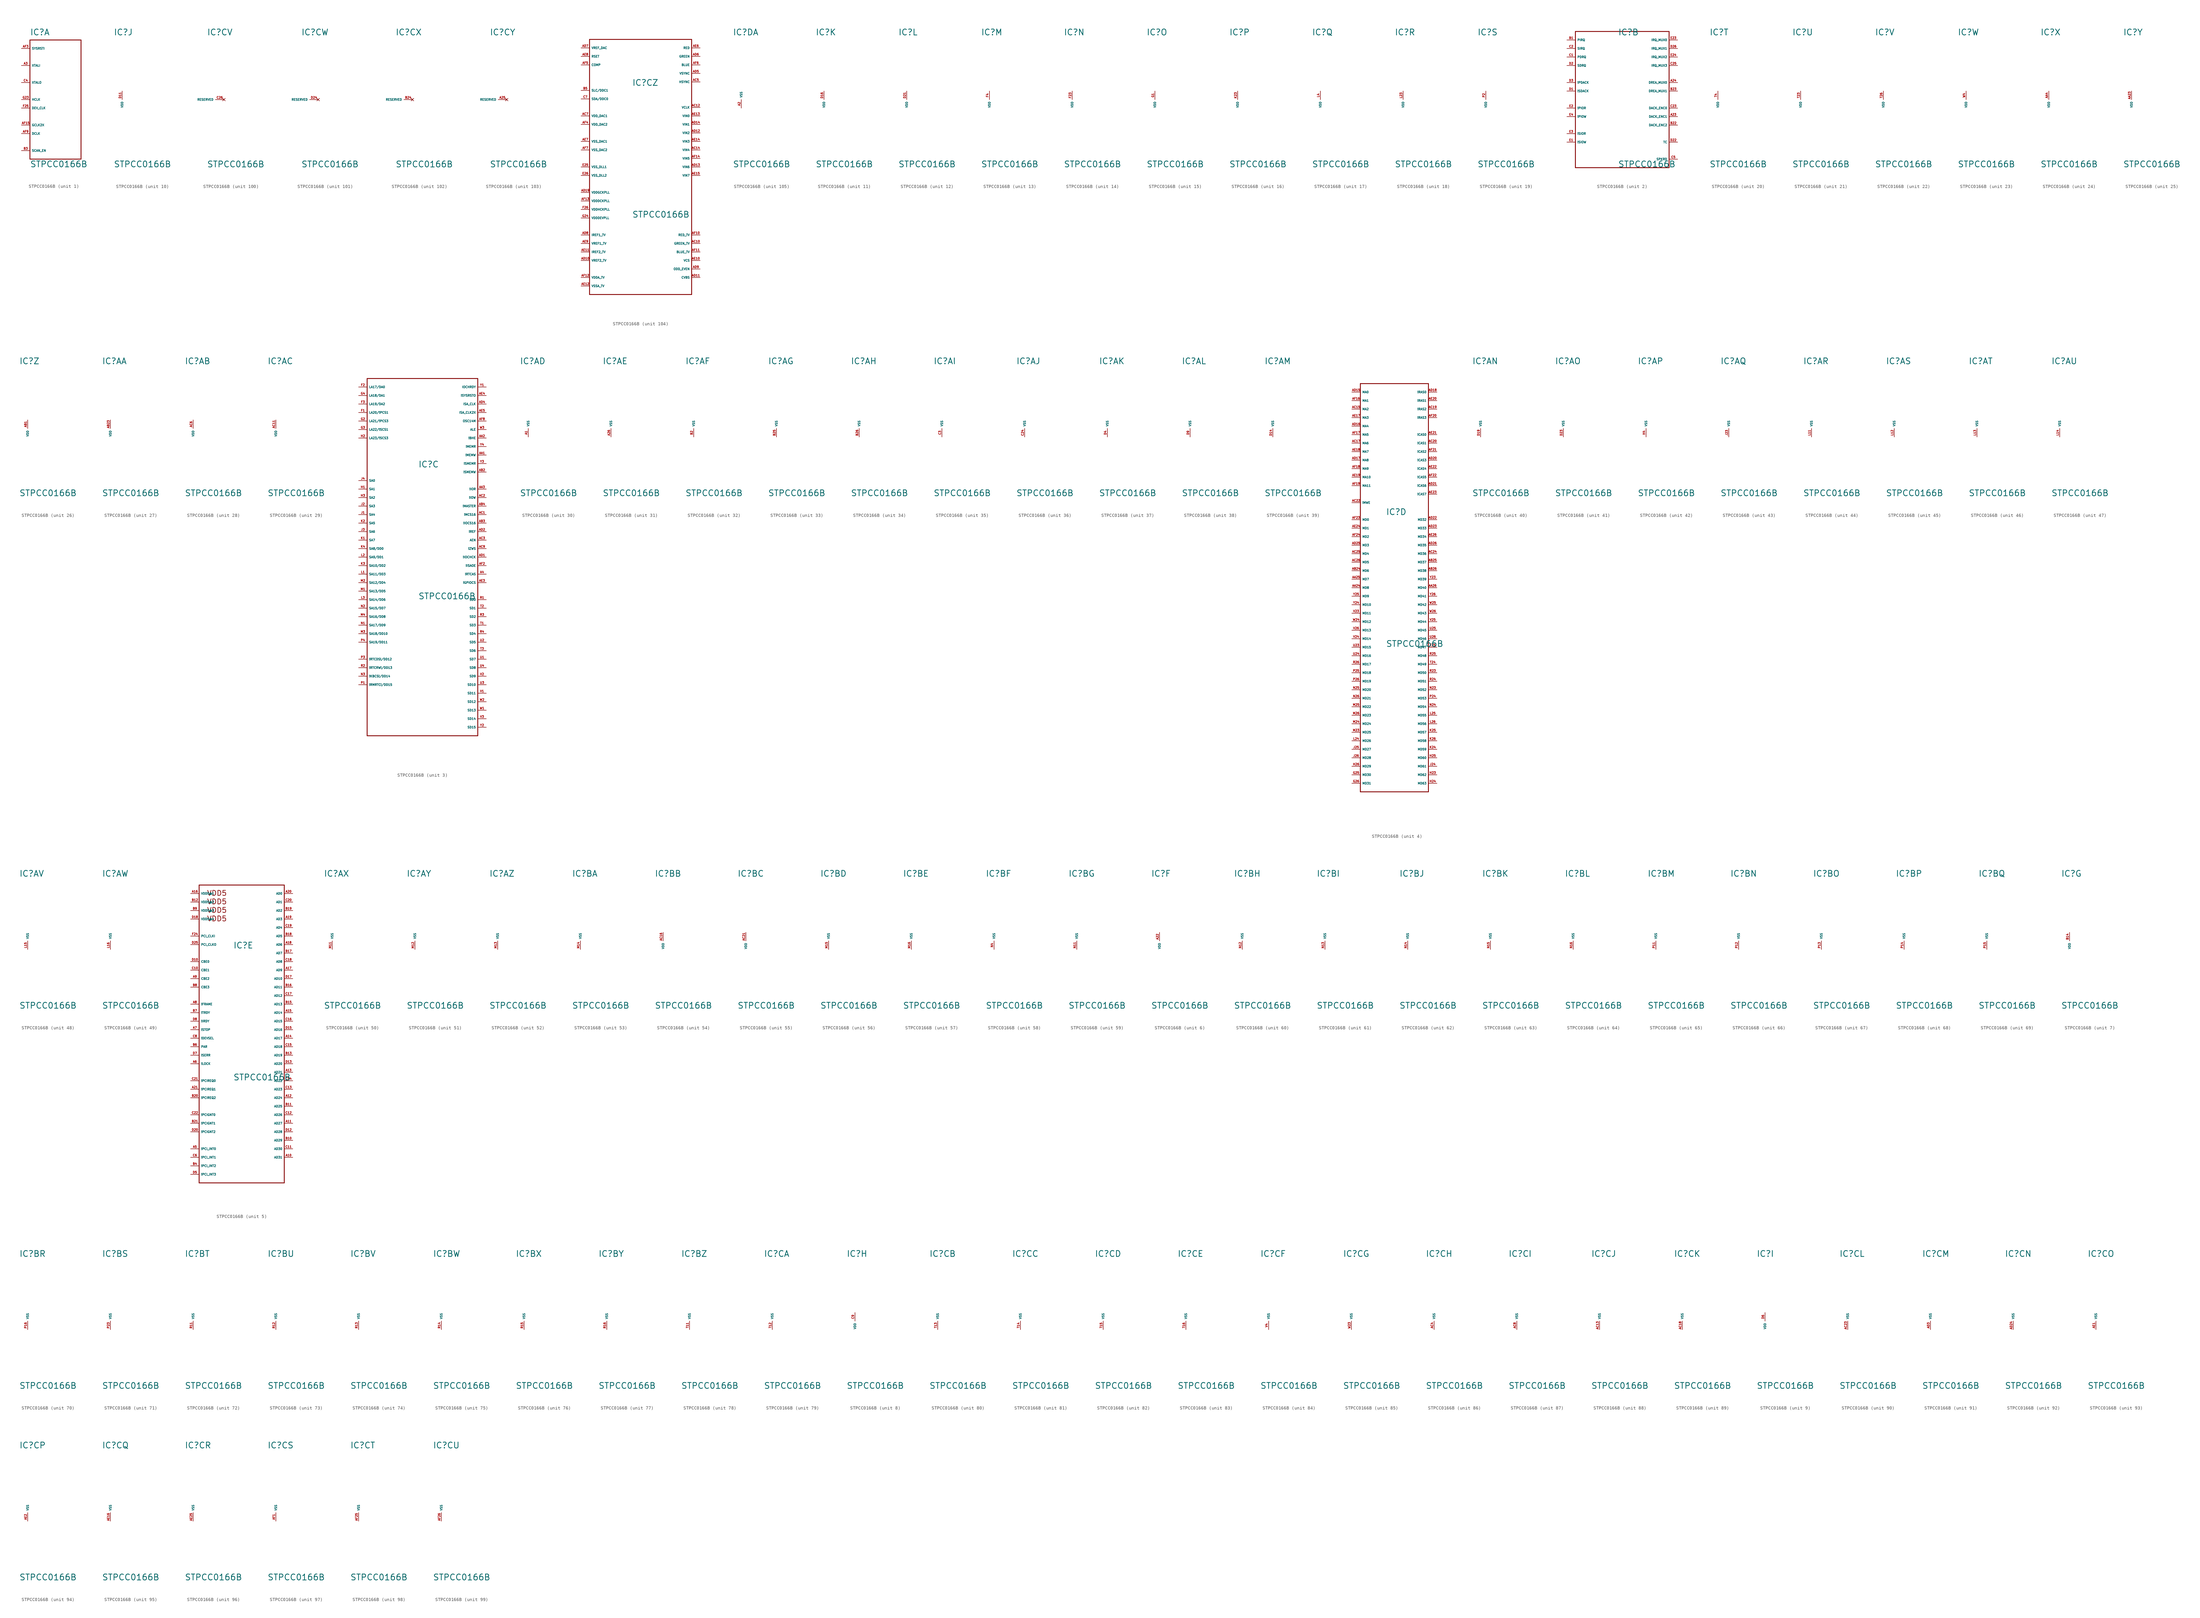
<source format=kicad_sym>
(kicad_symbol_lib
  (version 20220914)
  (generator Eagle2Kicad)
  (symbol "STPCC0166B"
    (property "Reference" "IC"
      (at -2.54 19.05 0)
      (effects (font (size 1.778 1.778) (thickness 0.22)) (justify left bottom)))
    (property "Value" "STPCC0166B"
      (at -2.54 -20.32 0)
      (effects (font (size 1.778 1.778) (thickness 0.22)) (justify left bottom)))
    (symbol "STPCC0166B_1_0"
      (polyline (pts (xy -2.54 17.78) (xy -2.54 -17.78)) (stroke (width 0.254) (type default)) (fill (type none)))
      (polyline (pts (xy -2.54 -17.78) (xy 12.7 -17.78)) (stroke (width 0.254) (type default)) (fill (type none)))
      (polyline (pts (xy 12.7 -17.78) (xy 12.7 17.78)) (stroke (width 0.254) (type default)) (fill (type none)))
      (polyline (pts (xy 12.7 17.78) (xy -2.54 17.78)) (stroke (width 0.254) (type default)) (fill (type none)))
      (pin input line (at -5.08 15.24 0) (length 2.54) (name "SYSRSTI" (effects (font (size 0.635 0.635) (thickness 0.08)) (justify left bottom))) (number "AF3" (effects (font (size 0.635 0.635) (thickness 0.08)) (justify left bottom))))
      (pin input line (at -5.08 10.16 0) (length 2.54) (name "XTALI" (effects (font (size 0.635 0.635) (thickness 0.08)) (justify left bottom))) (number "A3" (effects (font (size 0.635 0.635) (thickness 0.08)) (justify left bottom))))
      (pin bidirectional line (at -5.08 5.08 0) (length 2.54) (name "XTALO" (effects (font (size 0.635 0.635) (thickness 0.08)) (justify left bottom))) (number "C4" (effects (font (size 0.635 0.635) (thickness 0.08)) (justify left bottom))))
      (pin output line (at -5.08 0 0) (length 2.54) (name "HCLK" (effects (font (size 0.635 0.635) (thickness 0.08)) (justify left bottom))) (number "G23" (effects (font (size 0.635 0.635) (thickness 0.08)) (justify left bottom))))
      (pin output line (at -5.08 -2.54 0) (length 2.54) (name "DEV_CLK" (effects (font (size 0.635 0.635) (thickness 0.08)) (justify left bottom))) (number "F25" (effects (font (size 0.635 0.635) (thickness 0.08)) (justify left bottom))))
      (pin bidirectional line (at -5.08 -7.62 0) (length 2.54) (name "GCLK2X" (effects (font (size 0.635 0.635) (thickness 0.08)) (justify left bottom))) (number "AF15" (effects (font (size 0.635 0.635) (thickness 0.08)) (justify left bottom))))
      (pin bidirectional line (at -5.08 -10.16 0) (length 2.54) (name "DCLK" (effects (font (size 0.635 0.635) (thickness 0.08)) (justify left bottom))) (number "AF9" (effects (font (size 0.635 0.635) (thickness 0.08)) (justify left bottom))))
      (pin input line (at -5.08 -15.24 0) (length 2.54) (name "SCAN_EN" (effects (font (size 0.635 0.635) (thickness 0.08)) (justify left bottom))) (number "B3" (effects (font (size 0.635 0.635) (thickness 0.08)) (justify left bottom)))))
    (symbol "STPCC0166B_2_0"
      (polyline (pts (xy -15.24 20.32) (xy -15.24 -20.32)) (stroke (width 0.254) (type default)) (fill (type none)))
      (polyline (pts (xy -15.24 -20.32) (xy 12.7 -20.32)) (stroke (width 0.254) (type default)) (fill (type none)))
      (polyline (pts (xy 12.7 -20.32) (xy 12.7 20.32)) (stroke (width 0.254) (type default)) (fill (type none)))
      (polyline (pts (xy 12.7 20.32) (xy -15.24 20.32)) (stroke (width 0.254) (type default)) (fill (type none)))
      (pin input line (at -17.78 17.78 0) (length 2.54) (name "PIRQ" (effects (font (size 0.635 0.635) (thickness 0.08)) (justify left bottom))) (number "B1" (effects (font (size 0.635 0.635) (thickness 0.08)) (justify left bottom))))
      (pin input line (at -17.78 15.24 0) (length 2.54) (name "SIRQ" (effects (font (size 0.635 0.635) (thickness 0.08)) (justify left bottom))) (number "C2" (effects (font (size 0.635 0.635) (thickness 0.08)) (justify left bottom))))
      (pin input line (at -17.78 12.7 0) (length 2.54) (name "PDRQ" (effects (font (size 0.635 0.635) (thickness 0.08)) (justify left bottom))) (number "C1" (effects (font (size 0.635 0.635) (thickness 0.08)) (justify left bottom))))
      (pin input line (at -17.78 10.16 0) (length 2.54) (name "SDRQ" (effects (font (size 0.635 0.635) (thickness 0.08)) (justify left bottom))) (number "D2" (effects (font (size 0.635 0.635) (thickness 0.08)) (justify left bottom))))
      (pin output line (at -17.78 5.08 0) (length 2.54) (name "!PDACK" (effects (font (size 0.635 0.635) (thickness 0.08)) (justify left bottom))) (number "D3" (effects (font (size 0.635 0.635) (thickness 0.08)) (justify left bottom))))
      (pin output line (at -17.78 2.54 0) (length 2.54) (name "!SDACK" (effects (font (size 0.635 0.635) (thickness 0.08)) (justify left bottom))) (number "D1" (effects (font (size 0.635 0.635) (thickness 0.08)) (justify left bottom))))
      (pin bidirectional line (at -17.78 -2.54 0) (length 2.54) (name "!PIOR" (effects (font (size 0.635 0.635) (thickness 0.08)) (justify left bottom))) (number "E2" (effects (font (size 0.635 0.635) (thickness 0.08)) (justify left bottom))))
      (pin output line (at -17.78 -5.08 0) (length 2.54) (name "!PIOW" (effects (font (size 0.635 0.635) (thickness 0.08)) (justify left bottom))) (number "E4" (effects (font (size 0.635 0.635) (thickness 0.08)) (justify left bottom))))
      (pin bidirectional line (at -17.78 -10.16 0) (length 2.54) (name "!SIOR" (effects (font (size 0.635 0.635) (thickness 0.08)) (justify left bottom))) (number "E3" (effects (font (size 0.635 0.635) (thickness 0.08)) (justify left bottom))))
      (pin output line (at -17.78 -12.7 0) (length 2.54) (name "!SIOW" (effects (font (size 0.635 0.635) (thickness 0.08)) (justify left bottom))) (number "E1" (effects (font (size 0.635 0.635) (thickness 0.08)) (justify left bottom))))
      (pin input line (at 15.24 17.78 180) (length 2.54) (name "IRQ_MUX0" (effects (font (size 0.635 0.635) (thickness 0.08)) (justify left bottom))) (number "E23" (effects (font (size 0.635 0.635) (thickness 0.08)) (justify left bottom))))
      (pin input line (at 15.24 15.24 180) (length 2.54) (name "IRQ_MUX1" (effects (font (size 0.635 0.635) (thickness 0.08)) (justify left bottom))) (number "D26" (effects (font (size 0.635 0.635) (thickness 0.08)) (justify left bottom))))
      (pin input line (at 15.24 12.7 180) (length 2.54) (name "IRQ_MUX2" (effects (font (size 0.635 0.635) (thickness 0.08)) (justify left bottom))) (number "E24" (effects (font (size 0.635 0.635) (thickness 0.08)) (justify left bottom))))
      (pin input line (at 15.24 10.16 180) (length 2.54) (name "IRQ_MUX3" (effects (font (size 0.635 0.635) (thickness 0.08)) (justify left bottom))) (number "C25" (effects (font (size 0.635 0.635) (thickness 0.08)) (justify left bottom))))
      (pin input line (at 15.24 5.08 180) (length 2.54) (name "DREA_MUX0" (effects (font (size 0.635 0.635) (thickness 0.08)) (justify left bottom))) (number "A24" (effects (font (size 0.635 0.635) (thickness 0.08)) (justify left bottom))))
      (pin input line (at 15.24 2.54 180) (length 2.54) (name "DREA_MUX1" (effects (font (size 0.635 0.635) (thickness 0.08)) (justify left bottom))) (number "B23" (effects (font (size 0.635 0.635) (thickness 0.08)) (justify left bottom))))
      (pin output line (at 15.24 -2.54 180) (length 2.54) (name "DACK_ENC0" (effects (font (size 0.635 0.635) (thickness 0.08)) (justify left bottom))) (number "C23" (effects (font (size 0.635 0.635) (thickness 0.08)) (justify left bottom))))
      (pin output line (at 15.24 -5.08 180) (length 2.54) (name "DACK_ENC1" (effects (font (size 0.635 0.635) (thickness 0.08)) (justify left bottom))) (number "A23" (effects (font (size 0.635 0.635) (thickness 0.08)) (justify left bottom))))
      (pin output line (at 15.24 -7.62 180) (length 2.54) (name "DACK_ENC2" (effects (font (size 0.635 0.635) (thickness 0.08)) (justify left bottom))) (number "B22" (effects (font (size 0.635 0.635) (thickness 0.08)) (justify left bottom))))
      (pin output line (at 15.24 -12.7 180) (length 2.54) (name "TC" (effects (font (size 0.635 0.635) (thickness 0.08)) (justify left bottom))) (number "D22" (effects (font (size 0.635 0.635) (thickness 0.08)) (justify left bottom))))
      (pin output line (at 15.24 -17.78 180) (length 2.54) (name "SPKRD" (effects (font (size 0.635 0.635) (thickness 0.08)) (justify left bottom))) (number "C5" (effects (font (size 0.635 0.635) (thickness 0.08)) (justify left bottom)))))
    (symbol "STPCC0166B_3_0"
      (polyline (pts (xy -17.78 45.72) (xy -17.78 -60.96)) (stroke (width 0.254) (type default)) (fill (type none)))
      (polyline (pts (xy -17.78 -60.96) (xy 15.24 -60.96)) (stroke (width 0.254) (type default)) (fill (type none)))
      (polyline (pts (xy 15.24 -60.96) (xy 15.24 45.72)) (stroke (width 0.254) (type default)) (fill (type none)))
      (polyline (pts (xy 15.24 45.72) (xy -17.78 45.72)) (stroke (width 0.254) (type default)) (fill (type none)))
      (pin bidirectional line (at -20.32 30.48 0) (length 2.54) (name "LA22/!SCS1" (effects (font (size 0.635 0.635) (thickness 0.08)) (justify left bottom))) (number "G3" (effects (font (size 0.635 0.635) (thickness 0.08)) (justify left bottom))))
      (pin bidirectional line (at -20.32 27.94 0) (length 2.54) (name "LA23/!SCS3" (effects (font (size 0.635 0.635) (thickness 0.08)) (justify left bottom))) (number "H2" (effects (font (size 0.635 0.635) (thickness 0.08)) (justify left bottom))))
      (pin bidirectional line (at -20.32 35.56 0) (length 2.54) (name "LA20/!PCS1" (effects (font (size 0.635 0.635) (thickness 0.08)) (justify left bottom))) (number "F1" (effects (font (size 0.635 0.635) (thickness 0.08)) (justify left bottom))))
      (pin bidirectional line (at -20.32 33.02 0) (length 2.54) (name "LA21/!PCS3" (effects (font (size 0.635 0.635) (thickness 0.08)) (justify left bottom))) (number "G2" (effects (font (size 0.635 0.635) (thickness 0.08)) (justify left bottom))))
      (pin output line (at -20.32 43.18 0) (length 2.54) (name "LA17/DA0" (effects (font (size 0.635 0.635) (thickness 0.08)) (justify left bottom))) (number "F2" (effects (font (size 0.635 0.635) (thickness 0.08)) (justify left bottom))))
      (pin output line (at -20.32 40.64 0) (length 2.54) (name "LA18/DA1" (effects (font (size 0.635 0.635) (thickness 0.08)) (justify left bottom))) (number "G4" (effects (font (size 0.635 0.635) (thickness 0.08)) (justify left bottom))))
      (pin output line (at -20.32 38.1 0) (length 2.54) (name "LA19/DA2" (effects (font (size 0.635 0.635) (thickness 0.08)) (justify left bottom))) (number "F3" (effects (font (size 0.635 0.635) (thickness 0.08)) (justify left bottom))))
      (pin bidirectional line (at -20.32 -45.72 0) (length 2.54) (name "!RMRTC!/DD15" (effects (font (size 0.635 0.635) (thickness 0.08)) (justify left bottom))) (number "P1" (effects (font (size 0.635 0.635) (thickness 0.08)) (justify left bottom))))
      (pin bidirectional line (at -20.32 -43.18 0) (length 2.54) (name "!KBCS!/DD14" (effects (font (size 0.635 0.635) (thickness 0.08)) (justify left bottom))) (number "N3" (effects (font (size 0.635 0.635) (thickness 0.08)) (justify left bottom))))
      (pin bidirectional line (at -20.32 -40.64 0) (length 2.54) (name "!RTCRW!/DD13" (effects (font (size 0.635 0.635) (thickness 0.08)) (justify left bottom))) (number "R2" (effects (font (size 0.635 0.635) (thickness 0.08)) (justify left bottom))))
      (pin bidirectional line (at -20.32 -38.1 0) (length 2.54) (name "!RTCDS!/DD12" (effects (font (size 0.635 0.635) (thickness 0.08)) (justify left bottom))) (number "P3" (effects (font (size 0.635 0.635) (thickness 0.08)) (justify left bottom))))
      (pin bidirectional line (at -20.32 -5.08 0) (length 2.54) (name "SA8/DD0" (effects (font (size 0.635 0.635) (thickness 0.08)) (justify left bottom))) (number "K4" (effects (font (size 0.635 0.635) (thickness 0.08)) (justify left bottom))))
      (pin bidirectional line (at -20.32 -7.62 0) (length 2.54) (name "SA9/DD1" (effects (font (size 0.635 0.635) (thickness 0.08)) (justify left bottom))) (number "L2" (effects (font (size 0.635 0.635) (thickness 0.08)) (justify left bottom))))
      (pin bidirectional line (at -20.32 -10.16 0) (length 2.54) (name "SA10/DD2" (effects (font (size 0.635 0.635) (thickness 0.08)) (justify left bottom))) (number "K3" (effects (font (size 0.635 0.635) (thickness 0.08)) (justify left bottom))))
      (pin bidirectional line (at -20.32 -12.7 0) (length 2.54) (name "SA11/DD3" (effects (font (size 0.635 0.635) (thickness 0.08)) (justify left bottom))) (number "L1" (effects (font (size 0.635 0.635) (thickness 0.08)) (justify left bottom))))
      (pin bidirectional line (at -20.32 -15.24 0) (length 2.54) (name "SA12/DD4" (effects (font (size 0.635 0.635) (thickness 0.08)) (justify left bottom))) (number "M2" (effects (font (size 0.635 0.635) (thickness 0.08)) (justify left bottom))))
      (pin bidirectional line (at -20.32 -17.78 0) (length 2.54) (name "SA13/DD5" (effects (font (size 0.635 0.635) (thickness 0.08)) (justify left bottom))) (number "M1" (effects (font (size 0.635 0.635) (thickness 0.08)) (justify left bottom))))
      (pin bidirectional line (at -20.32 -20.32 0) (length 2.54) (name "SA14/DD6" (effects (font (size 0.635 0.635) (thickness 0.08)) (justify left bottom))) (number "L3" (effects (font (size 0.635 0.635) (thickness 0.08)) (justify left bottom))))
      (pin bidirectional line (at -20.32 -22.86 0) (length 2.54) (name "SA15/DD7" (effects (font (size 0.635 0.635) (thickness 0.08)) (justify left bottom))) (number "N2" (effects (font (size 0.635 0.635) (thickness 0.08)) (justify left bottom))))
      (pin bidirectional line (at -20.32 -25.4 0) (length 2.54) (name "SA16/DD8" (effects (font (size 0.635 0.635) (thickness 0.08)) (justify left bottom))) (number "M4" (effects (font (size 0.635 0.635) (thickness 0.08)) (justify left bottom))))
      (pin bidirectional line (at -20.32 -27.94 0) (length 2.54) (name "SA17/DD9" (effects (font (size 0.635 0.635) (thickness 0.08)) (justify left bottom))) (number "N1" (effects (font (size 0.635 0.635) (thickness 0.08)) (justify left bottom))))
      (pin bidirectional line (at -20.32 -30.48 0) (length 2.54) (name "SA18/DD10" (effects (font (size 0.635 0.635) (thickness 0.08)) (justify left bottom))) (number "M3" (effects (font (size 0.635 0.635) (thickness 0.08)) (justify left bottom))))
      (pin bidirectional line (at -20.32 -33.02 0) (length 2.54) (name "SA19/DD11" (effects (font (size 0.635 0.635) (thickness 0.08)) (justify left bottom))) (number "P4" (effects (font (size 0.635 0.635) (thickness 0.08)) (justify left bottom))))
      (pin bidirectional line (at -20.32 15.24 0) (length 2.54) (name "SA0" (effects (font (size 0.635 0.635) (thickness 0.08)) (justify left bottom))) (number "J4" (effects (font (size 0.635 0.635) (thickness 0.08)) (justify left bottom))))
      (pin bidirectional line (at -20.32 12.7 0) (length 2.54) (name "SA1" (effects (font (size 0.635 0.635) (thickness 0.08)) (justify left bottom))) (number "H1" (effects (font (size 0.635 0.635) (thickness 0.08)) (justify left bottom))))
      (pin bidirectional line (at -20.32 10.16 0) (length 2.54) (name "SA2" (effects (font (size 0.635 0.635) (thickness 0.08)) (justify left bottom))) (number "H3" (effects (font (size 0.635 0.635) (thickness 0.08)) (justify left bottom))))
      (pin bidirectional line (at -20.32 7.62 0) (length 2.54) (name "SA3" (effects (font (size 0.635 0.635) (thickness 0.08)) (justify left bottom))) (number "J2" (effects (font (size 0.635 0.635) (thickness 0.08)) (justify left bottom))))
      (pin bidirectional line (at -20.32 5.08 0) (length 2.54) (name "SA4" (effects (font (size 0.635 0.635) (thickness 0.08)) (justify left bottom))) (number "J1" (effects (font (size 0.635 0.635) (thickness 0.08)) (justify left bottom))))
      (pin bidirectional line (at -20.32 2.54 0) (length 2.54) (name "SA5" (effects (font (size 0.635 0.635) (thickness 0.08)) (justify left bottom))) (number "K2" (effects (font (size 0.635 0.635) (thickness 0.08)) (justify left bottom))))
      (pin bidirectional line (at -20.32 0 0) (length 2.54) (name "SA6" (effects (font (size 0.635 0.635) (thickness 0.08)) (justify left bottom))) (number "J3" (effects (font (size 0.635 0.635) (thickness 0.08)) (justify left bottom))))
      (pin bidirectional line (at -20.32 -2.54 0) (length 2.54) (name "SA7" (effects (font (size 0.635 0.635) (thickness 0.08)) (justify left bottom))) (number "K1" (effects (font (size 0.635 0.635) (thickness 0.08)) (justify left bottom))))
      (pin bidirectional line (at 17.78 -20.32 180) (length 2.54) (name "SD0" (effects (font (size 0.635 0.635) (thickness 0.08)) (justify left bottom))) (number "R1" (effects (font (size 0.635 0.635) (thickness 0.08)) (justify left bottom))))
      (pin bidirectional line (at 17.78 -22.86 180) (length 2.54) (name "SD1" (effects (font (size 0.635 0.635) (thickness 0.08)) (justify left bottom))) (number "T2" (effects (font (size 0.635 0.635) (thickness 0.08)) (justify left bottom))))
      (pin bidirectional line (at 17.78 -25.4 180) (length 2.54) (name "SD2" (effects (font (size 0.635 0.635) (thickness 0.08)) (justify left bottom))) (number "R3" (effects (font (size 0.635 0.635) (thickness 0.08)) (justify left bottom))))
      (pin bidirectional line (at 17.78 -27.94 180) (length 2.54) (name "SD3" (effects (font (size 0.635 0.635) (thickness 0.08)) (justify left bottom))) (number "T1" (effects (font (size 0.635 0.635) (thickness 0.08)) (justify left bottom))))
      (pin bidirectional line (at 17.78 -30.48 180) (length 2.54) (name "SD4" (effects (font (size 0.635 0.635) (thickness 0.08)) (justify left bottom))) (number "R4" (effects (font (size 0.635 0.635) (thickness 0.08)) (justify left bottom))))
      (pin bidirectional line (at 17.78 -33.02 180) (length 2.54) (name "SD5" (effects (font (size 0.635 0.635) (thickness 0.08)) (justify left bottom))) (number "U2" (effects (font (size 0.635 0.635) (thickness 0.08)) (justify left bottom))))
      (pin bidirectional line (at 17.78 -35.56 180) (length 2.54) (name "SD6" (effects (font (size 0.635 0.635) (thickness 0.08)) (justify left bottom))) (number "T3" (effects (font (size 0.635 0.635) (thickness 0.08)) (justify left bottom))))
      (pin bidirectional line (at 17.78 -38.1 180) (length 2.54) (name "SD7" (effects (font (size 0.635 0.635) (thickness 0.08)) (justify left bottom))) (number "U1" (effects (font (size 0.635 0.635) (thickness 0.08)) (justify left bottom))))
      (pin bidirectional line (at 17.78 -40.64 180) (length 2.54) (name "SD8" (effects (font (size 0.635 0.635) (thickness 0.08)) (justify left bottom))) (number "U4" (effects (font (size 0.635 0.635) (thickness 0.08)) (justify left bottom))))
      (pin bidirectional line (at 17.78 -43.18 180) (length 2.54) (name "SD9" (effects (font (size 0.635 0.635) (thickness 0.08)) (justify left bottom))) (number "V2" (effects (font (size 0.635 0.635) (thickness 0.08)) (justify left bottom))))
      (pin bidirectional line (at 17.78 -45.72 180) (length 2.54) (name "SD10" (effects (font (size 0.635 0.635) (thickness 0.08)) (justify left bottom))) (number "U3" (effects (font (size 0.635 0.635) (thickness 0.08)) (justify left bottom))))
      (pin bidirectional line (at 17.78 -48.26 180) (length 2.54) (name "SD11" (effects (font (size 0.635 0.635) (thickness 0.08)) (justify left bottom))) (number "V1" (effects (font (size 0.635 0.635) (thickness 0.08)) (justify left bottom))))
      (pin bidirectional line (at 17.78 -50.8 180) (length 2.54) (name "SD12" (effects (font (size 0.635 0.635) (thickness 0.08)) (justify left bottom))) (number "W2" (effects (font (size 0.635 0.635) (thickness 0.08)) (justify left bottom))))
      (pin bidirectional line (at 17.78 -53.34 180) (length 2.54) (name "SD13" (effects (font (size 0.635 0.635) (thickness 0.08)) (justify left bottom))) (number "W1" (effects (font (size 0.635 0.635) (thickness 0.08)) (justify left bottom))))
      (pin bidirectional line (at 17.78 -55.88 180) (length 2.54) (name "SD14" (effects (font (size 0.635 0.635) (thickness 0.08)) (justify left bottom))) (number "V3" (effects (font (size 0.635 0.635) (thickness 0.08)) (justify left bottom))))
      (pin bidirectional line (at 17.78 -58.42 180) (length 2.54) (name "SD15" (effects (font (size 0.635 0.635) (thickness 0.08)) (justify left bottom))) (number "Y2" (effects (font (size 0.635 0.635) (thickness 0.08)) (justify left bottom))))
      (pin bidirectional line (at 17.78 43.18 180) (length 2.54) (name "IOCHRDY" (effects (font (size 0.635 0.635) (thickness 0.08)) (justify left bottom))) (number "Y1" (effects (font (size 0.635 0.635) (thickness 0.08)) (justify left bottom))))
      (pin output line (at 17.78 40.64 180) (length 2.54) (name "!SYSRSTO" (effects (font (size 0.635 0.635) (thickness 0.08)) (justify left bottom))) (number "AE4" (effects (font (size 0.635 0.635) (thickness 0.08)) (justify left bottom))))
      (pin output line (at 17.78 38.1 180) (length 2.54) (name "ISA_CLK" (effects (font (size 0.635 0.635) (thickness 0.08)) (justify left bottom))) (number "AD4" (effects (font (size 0.635 0.635) (thickness 0.08)) (justify left bottom))))
      (pin output line (at 17.78 35.56 180) (length 2.54) (name "ISA_CLK2X" (effects (font (size 0.635 0.635) (thickness 0.08)) (justify left bottom))) (number "AE5" (effects (font (size 0.635 0.635) (thickness 0.08)) (justify left bottom))))
      (pin output line (at 17.78 33.02 180) (length 2.54) (name "OSC14M" (effects (font (size 0.635 0.635) (thickness 0.08)) (justify left bottom))) (number "AF8" (effects (font (size 0.635 0.635) (thickness 0.08)) (justify left bottom))))
      (pin output line (at 17.78 30.48 180) (length 2.54) (name "ALE" (effects (font (size 0.635 0.635) (thickness 0.08)) (justify left bottom))) (number "W3" (effects (font (size 0.635 0.635) (thickness 0.08)) (justify left bottom))))
      (pin bidirectional line (at 17.78 27.94 180) (length 2.54) (name "!BHE" (effects (font (size 0.635 0.635) (thickness 0.08)) (justify left bottom))) (number "AA2" (effects (font (size 0.635 0.635) (thickness 0.08)) (justify left bottom))))
      (pin bidirectional line (at 17.78 25.4 180) (length 2.54) (name "!MEMR" (effects (font (size 0.635 0.635) (thickness 0.08)) (justify left bottom))) (number "Y4" (effects (font (size 0.635 0.635) (thickness 0.08)) (justify left bottom))))
      (pin output line (at 17.78 20.32 180) (length 2.54) (name "!SMEMR" (effects (font (size 0.635 0.635) (thickness 0.08)) (justify left bottom))) (number "Y3" (effects (font (size 0.635 0.635) (thickness 0.08)) (justify left bottom))))
      (pin bidirectional line (at 17.78 10.16 180) (length 2.54) (name "!IOW" (effects (font (size 0.635 0.635) (thickness 0.08)) (justify left bottom))) (number "AC2" (effects (font (size 0.635 0.635) (thickness 0.08)) (justify left bottom))))
      (pin input line (at 17.78 7.62 180) (length 2.54) (name "!MASTER" (effects (font (size 0.635 0.635) (thickness 0.08)) (justify left bottom))) (number "AB4" (effects (font (size 0.635 0.635) (thickness 0.08)) (justify left bottom))))
      (pin input line (at 17.78 5.08 180) (length 2.54) (name "!MCS16" (effects (font (size 0.635 0.635) (thickness 0.08)) (justify left bottom))) (number "AC1" (effects (font (size 0.635 0.635) (thickness 0.08)) (justify left bottom))))
      (pin output line (at 17.78 0 180) (length 2.54) (name "!REF" (effects (font (size 0.635 0.635) (thickness 0.08)) (justify left bottom))) (number "AD2" (effects (font (size 0.635 0.635) (thickness 0.08)) (justify left bottom))))
      (pin output line (at 17.78 -2.54 180) (length 2.54) (name "AEN" (effects (font (size 0.635 0.635) (thickness 0.08)) (justify left bottom))) (number "AC3" (effects (font (size 0.635 0.635) (thickness 0.08)) (justify left bottom))))
      (pin input line (at 17.78 -5.08 180) (length 2.54) (name "!ZWS" (effects (font (size 0.635 0.635) (thickness 0.08)) (justify left bottom))) (number "AC9" (effects (font (size 0.635 0.635) (thickness 0.08)) (justify left bottom))))
      (pin input line (at 17.78 -7.62 180) (length 2.54) (name "!IOCHCK" (effects (font (size 0.635 0.635) (thickness 0.08)) (justify left bottom))) (number "AD1" (effects (font (size 0.635 0.635) (thickness 0.08)) (justify left bottom))))
      (pin output line (at 17.78 -10.16 180) (length 2.54) (name "!ISAOE" (effects (font (size 0.635 0.635) (thickness 0.08)) (justify left bottom))) (number "AF2" (effects (font (size 0.635 0.635) (thickness 0.08)) (justify left bottom))))
      (pin output line (at 17.78 -12.7 180) (length 2.54) (name "!RTCAS" (effects (font (size 0.635 0.635) (thickness 0.08)) (justify left bottom))) (number "A4" (effects (font (size 0.635 0.635) (thickness 0.08)) (justify left bottom))))
      (pin bidirectional line (at 17.78 -15.24 180) (length 2.54) (name "!GPIOCS" (effects (font (size 0.635 0.635) (thickness 0.08)) (justify left bottom))) (number "AE3" (effects (font (size 0.635 0.635) (thickness 0.08)) (justify left bottom))))
      (pin bidirectional line (at 17.78 22.86 180) (length 2.54) (name "!MEMW" (effects (font (size 0.635 0.635) (thickness 0.08)) (justify left bottom))) (number "AA1" (effects (font (size 0.635 0.635) (thickness 0.08)) (justify left bottom))))
      (pin output line (at 17.78 17.78 180) (length 2.54) (name "!SMEMW" (effects (font (size 0.635 0.635) (thickness 0.08)) (justify left bottom))) (number "AB2" (effects (font (size 0.635 0.635) (thickness 0.08)) (justify left bottom))))
      (pin bidirectional line (at 17.78 12.7 180) (length 2.54) (name "!IOR" (effects (font (size 0.635 0.635) (thickness 0.08)) (justify left bottom))) (number "AA3" (effects (font (size 0.635 0.635) (thickness 0.08)) (justify left bottom))))
      (pin input line (at 17.78 2.54 180) (length 2.54) (name "!IOCS16" (effects (font (size 0.635 0.635) (thickness 0.08)) (justify left bottom))) (number "AB3" (effects (font (size 0.635 0.635) (thickness 0.08)) (justify left bottom)))))
    (symbol "STPCC0166B_4_0"
      (polyline (pts (xy -10.16 58.42) (xy -10.16 -63.5)) (stroke (width 0.254) (type default)) (fill (type none)))
      (polyline (pts (xy -10.16 -63.5) (xy 10.16 -63.5)) (stroke (width 0.254) (type default)) (fill (type none)))
      (polyline (pts (xy 10.16 -63.5) (xy 10.16 58.42)) (stroke (width 0.254) (type default)) (fill (type none)))
      (polyline (pts (xy 10.16 58.42) (xy -10.16 58.42)) (stroke (width 0.254) (type default)) (fill (type none)))
      (pin bidirectional line (at -12.7 55.88 0) (length 2.54) (name "MA0" (effects (font (size 0.635 0.635) (thickness 0.08)) (justify left bottom))) (number "AD15" (effects (font (size 0.635 0.635) (thickness 0.08)) (justify left bottom))))
      (pin bidirectional line (at -12.7 53.34 0) (length 2.54) (name "MA1" (effects (font (size 0.635 0.635) (thickness 0.08)) (justify left bottom))) (number "AF16" (effects (font (size 0.635 0.635) (thickness 0.08)) (justify left bottom))))
      (pin bidirectional line (at -12.7 50.8 0) (length 2.54) (name "MA2" (effects (font (size 0.635 0.635) (thickness 0.08)) (justify left bottom))) (number "AC15" (effects (font (size 0.635 0.635) (thickness 0.08)) (justify left bottom))))
      (pin bidirectional line (at -12.7 48.26 0) (length 2.54) (name "MA3" (effects (font (size 0.635 0.635) (thickness 0.08)) (justify left bottom))) (number "AE17" (effects (font (size 0.635 0.635) (thickness 0.08)) (justify left bottom))))
      (pin bidirectional line (at -12.7 45.72 0) (length 2.54) (name "MA4" (effects (font (size 0.635 0.635) (thickness 0.08)) (justify left bottom))) (number "AD16" (effects (font (size 0.635 0.635) (thickness 0.08)) (justify left bottom))))
      (pin bidirectional line (at -12.7 43.18 0) (length 2.54) (name "MA5" (effects (font (size 0.635 0.635) (thickness 0.08)) (justify left bottom))) (number "AF17" (effects (font (size 0.635 0.635) (thickness 0.08)) (justify left bottom))))
      (pin bidirectional line (at -12.7 40.64 0) (length 2.54) (name "MA6" (effects (font (size 0.635 0.635) (thickness 0.08)) (justify left bottom))) (number "AC17" (effects (font (size 0.635 0.635) (thickness 0.08)) (justify left bottom))))
      (pin bidirectional line (at -12.7 38.1 0) (length 2.54) (name "MA7" (effects (font (size 0.635 0.635) (thickness 0.08)) (justify left bottom))) (number "AE18" (effects (font (size 0.635 0.635) (thickness 0.08)) (justify left bottom))))
      (pin bidirectional line (at -12.7 35.56 0) (length 2.54) (name "MA8" (effects (font (size 0.635 0.635) (thickness 0.08)) (justify left bottom))) (number "AD17" (effects (font (size 0.635 0.635) (thickness 0.08)) (justify left bottom))))
      (pin bidirectional line (at -12.7 33.02 0) (length 2.54) (name "MA9" (effects (font (size 0.635 0.635) (thickness 0.08)) (justify left bottom))) (number "AF18" (effects (font (size 0.635 0.635) (thickness 0.08)) (justify left bottom))))
      (pin bidirectional line (at -12.7 30.48 0) (length 2.54) (name "MA10" (effects (font (size 0.635 0.635) (thickness 0.08)) (justify left bottom))) (number "AE19" (effects (font (size 0.635 0.635) (thickness 0.08)) (justify left bottom))))
      (pin bidirectional line (at -12.7 27.94 0) (length 2.54) (name "MA11" (effects (font (size 0.635 0.635) (thickness 0.08)) (justify left bottom))) (number "AF19" (effects (font (size 0.635 0.635) (thickness 0.08)) (justify left bottom))))
      (pin output line (at 12.7 55.88 180) (length 2.54) (name "!RAS0" (effects (font (size 0.635 0.635) (thickness 0.08)) (justify left bottom))) (number "AD18" (effects (font (size 0.635 0.635) (thickness 0.08)) (justify left bottom))))
      (pin output line (at 12.7 53.34 180) (length 2.54) (name "!RAS1" (effects (font (size 0.635 0.635) (thickness 0.08)) (justify left bottom))) (number "AE20" (effects (font (size 0.635 0.635) (thickness 0.08)) (justify left bottom))))
      (pin output line (at 12.7 50.8 180) (length 2.54) (name "!RAS2" (effects (font (size 0.635 0.635) (thickness 0.08)) (justify left bottom))) (number "AC19" (effects (font (size 0.635 0.635) (thickness 0.08)) (justify left bottom))))
      (pin output line (at 12.7 48.26 180) (length 2.54) (name "!RAS3" (effects (font (size 0.635 0.635) (thickness 0.08)) (justify left bottom))) (number "AF20" (effects (font (size 0.635 0.635) (thickness 0.08)) (justify left bottom))))
      (pin output line (at 12.7 43.18 180) (length 2.54) (name "!CAS0" (effects (font (size 0.635 0.635) (thickness 0.08)) (justify left bottom))) (number "AE21" (effects (font (size 0.635 0.635) (thickness 0.08)) (justify left bottom))))
      (pin output line (at 12.7 40.64 180) (length 2.54) (name "!CAS1" (effects (font (size 0.635 0.635) (thickness 0.08)) (justify left bottom))) (number "AC20" (effects (font (size 0.635 0.635) (thickness 0.08)) (justify left bottom))))
      (pin output line (at 12.7 38.1 180) (length 2.54) (name "!CAS2" (effects (font (size 0.635 0.635) (thickness 0.08)) (justify left bottom))) (number "AF21" (effects (font (size 0.635 0.635) (thickness 0.08)) (justify left bottom))))
      (pin output line (at 12.7 35.56 180) (length 2.54) (name "!CAS3" (effects (font (size 0.635 0.635) (thickness 0.08)) (justify left bottom))) (number "AD20" (effects (font (size 0.635 0.635) (thickness 0.08)) (justify left bottom))))
      (pin output line (at 12.7 33.02 180) (length 2.54) (name "!CAS4" (effects (font (size 0.635 0.635) (thickness 0.08)) (justify left bottom))) (number "AE22" (effects (font (size 0.635 0.635) (thickness 0.08)) (justify left bottom))))
      (pin output line (at 12.7 30.48 180) (length 2.54) (name "!CAS5" (effects (font (size 0.635 0.635) (thickness 0.08)) (justify left bottom))) (number "AF22" (effects (font (size 0.635 0.635) (thickness 0.08)) (justify left bottom))))
      (pin output line (at 12.7 27.94 180) (length 2.54) (name "!CAS6" (effects (font (size 0.635 0.635) (thickness 0.08)) (justify left bottom))) (number "AD21" (effects (font (size 0.635 0.635) (thickness 0.08)) (justify left bottom))))
      (pin output line (at 12.7 25.4 180) (length 2.54) (name "!CAS7" (effects (font (size 0.635 0.635) (thickness 0.08)) (justify left bottom))) (number "AE23" (effects (font (size 0.635 0.635) (thickness 0.08)) (justify left bottom))))
      (pin bidirectional line (at -12.7 17.78 0) (length 2.54) (name "MD0" (effects (font (size 0.635 0.635) (thickness 0.08)) (justify left bottom))) (number "AF23" (effects (font (size 0.635 0.635) (thickness 0.08)) (justify left bottom))))
      (pin bidirectional line (at -12.7 15.24 0) (length 2.54) (name "MD1" (effects (font (size 0.635 0.635) (thickness 0.08)) (justify left bottom))) (number "AE24" (effects (font (size 0.635 0.635) (thickness 0.08)) (justify left bottom))))
      (pin bidirectional line (at -12.7 12.7 0) (length 2.54) (name "MD2" (effects (font (size 0.635 0.635) (thickness 0.08)) (justify left bottom))) (number "AF24" (effects (font (size 0.635 0.635) (thickness 0.08)) (justify left bottom))))
      (pin bidirectional line (at -12.7 10.16 0) (length 2.54) (name "MD3" (effects (font (size 0.635 0.635) (thickness 0.08)) (justify left bottom))) (number "AD25" (effects (font (size 0.635 0.635) (thickness 0.08)) (justify left bottom))))
      (pin bidirectional line (at -12.7 7.62 0) (length 2.54) (name "MD4" (effects (font (size 0.635 0.635) (thickness 0.08)) (justify left bottom))) (number "AC25" (effects (font (size 0.635 0.635) (thickness 0.08)) (justify left bottom))))
      (pin bidirectional line (at -12.7 5.08 0) (length 2.54) (name "MD5" (effects (font (size 0.635 0.635) (thickness 0.08)) (justify left bottom))) (number "AC26" (effects (font (size 0.635 0.635) (thickness 0.08)) (justify left bottom))))
      (pin bidirectional line (at -12.7 2.54 0) (length 2.54) (name "MD6" (effects (font (size 0.635 0.635) (thickness 0.08)) (justify left bottom))) (number "AB24" (effects (font (size 0.635 0.635) (thickness 0.08)) (justify left bottom))))
      (pin bidirectional line (at -12.7 0 0) (length 2.54) (name "MD7" (effects (font (size 0.635 0.635) (thickness 0.08)) (justify left bottom))) (number "AA25" (effects (font (size 0.635 0.635) (thickness 0.08)) (justify left bottom))))
      (pin bidirectional line (at -12.7 -2.54 0) (length 2.54) (name "MD8" (effects (font (size 0.635 0.635) (thickness 0.08)) (justify left bottom))) (number "AA24" (effects (font (size 0.635 0.635) (thickness 0.08)) (justify left bottom))))
      (pin bidirectional line (at -12.7 -5.08 0) (length 2.54) (name "MD9" (effects (font (size 0.635 0.635) (thickness 0.08)) (justify left bottom))) (number "Y25" (effects (font (size 0.635 0.635) (thickness 0.08)) (justify left bottom))))
      (pin bidirectional line (at -12.7 -7.62 0) (length 2.54) (name "MD10" (effects (font (size 0.635 0.635) (thickness 0.08)) (justify left bottom))) (number "Y24" (effects (font (size 0.635 0.635) (thickness 0.08)) (justify left bottom))))
      (pin bidirectional line (at -12.7 -10.16 0) (length 2.54) (name "MD11" (effects (font (size 0.635 0.635) (thickness 0.08)) (justify left bottom))) (number "V23" (effects (font (size 0.635 0.635) (thickness 0.08)) (justify left bottom))))
      (pin bidirectional line (at -12.7 -12.7 0) (length 2.54) (name "MD12" (effects (font (size 0.635 0.635) (thickness 0.08)) (justify left bottom))) (number "W24" (effects (font (size 0.635 0.635) (thickness 0.08)) (justify left bottom))))
      (pin bidirectional line (at -12.7 -15.24 0) (length 2.54) (name "MD13" (effects (font (size 0.635 0.635) (thickness 0.08)) (justify left bottom))) (number "V26" (effects (font (size 0.635 0.635) (thickness 0.08)) (justify left bottom))))
      (pin bidirectional line (at -12.7 -17.78 0) (length 2.54) (name "MD14" (effects (font (size 0.635 0.635) (thickness 0.08)) (justify left bottom))) (number "V24" (effects (font (size 0.635 0.635) (thickness 0.08)) (justify left bottom))))
      (pin bidirectional line (at -12.7 -20.32 0) (length 2.54) (name "MD15" (effects (font (size 0.635 0.635) (thickness 0.08)) (justify left bottom))) (number "U23" (effects (font (size 0.635 0.635) (thickness 0.08)) (justify left bottom))))
      (pin bidirectional line (at -12.7 -22.86 0) (length 2.54) (name "MD16" (effects (font (size 0.635 0.635) (thickness 0.08)) (justify left bottom))) (number "U24" (effects (font (size 0.635 0.635) (thickness 0.08)) (justify left bottom))))
      (pin bidirectional line (at -12.7 -25.4 0) (length 2.54) (name "MD17" (effects (font (size 0.635 0.635) (thickness 0.08)) (justify left bottom))) (number "R26" (effects (font (size 0.635 0.635) (thickness 0.08)) (justify left bottom))))
      (pin bidirectional line (at -12.7 -27.94 0) (length 2.54) (name "MD18" (effects (font (size 0.635 0.635) (thickness 0.08)) (justify left bottom))) (number "P25" (effects (font (size 0.635 0.635) (thickness 0.08)) (justify left bottom))))
      (pin bidirectional line (at -12.7 -30.48 0) (length 2.54) (name "MD19" (effects (font (size 0.635 0.635) (thickness 0.08)) (justify left bottom))) (number "P26" (effects (font (size 0.635 0.635) (thickness 0.08)) (justify left bottom))))
      (pin bidirectional line (at -12.7 -33.02 0) (length 2.54) (name "MD20" (effects (font (size 0.635 0.635) (thickness 0.08)) (justify left bottom))) (number "N25" (effects (font (size 0.635 0.635) (thickness 0.08)) (justify left bottom))))
      (pin bidirectional line (at -12.7 -35.56 0) (length 2.54) (name "MD21" (effects (font (size 0.635 0.635) (thickness 0.08)) (justify left bottom))) (number "N26" (effects (font (size 0.635 0.635) (thickness 0.08)) (justify left bottom))))
      (pin bidirectional line (at -12.7 -38.1 0) (length 2.54) (name "MD22" (effects (font (size 0.635 0.635) (thickness 0.08)) (justify left bottom))) (number "M25" (effects (font (size 0.635 0.635) (thickness 0.08)) (justify left bottom))))
      (pin bidirectional line (at -12.7 -40.64 0) (length 2.54) (name "MD23" (effects (font (size 0.635 0.635) (thickness 0.08)) (justify left bottom))) (number "M26" (effects (font (size 0.635 0.635) (thickness 0.08)) (justify left bottom))))
      (pin bidirectional line (at -12.7 -43.18 0) (length 2.54) (name "MD24" (effects (font (size 0.635 0.635) (thickness 0.08)) (justify left bottom))) (number "M24" (effects (font (size 0.635 0.635) (thickness 0.08)) (justify left bottom))))
      (pin bidirectional line (at -12.7 -45.72 0) (length 2.54) (name "MD25" (effects (font (size 0.635 0.635) (thickness 0.08)) (justify left bottom))) (number "M23" (effects (font (size 0.635 0.635) (thickness 0.08)) (justify left bottom))))
      (pin bidirectional line (at -12.7 -48.26 0) (length 2.54) (name "MD26" (effects (font (size 0.635 0.635) (thickness 0.08)) (justify left bottom))) (number "L24" (effects (font (size 0.635 0.635) (thickness 0.08)) (justify left bottom))))
      (pin bidirectional line (at -12.7 -50.8 0) (length 2.54) (name "MD27" (effects (font (size 0.635 0.635) (thickness 0.08)) (justify left bottom))) (number "J25" (effects (font (size 0.635 0.635) (thickness 0.08)) (justify left bottom))))
      (pin bidirectional line (at -12.7 -53.34 0) (length 2.54) (name "MD28" (effects (font (size 0.635 0.635) (thickness 0.08)) (justify left bottom))) (number "J26" (effects (font (size 0.635 0.635) (thickness 0.08)) (justify left bottom))))
      (pin bidirectional line (at -12.7 -55.88 0) (length 2.54) (name "MD29" (effects (font (size 0.635 0.635) (thickness 0.08)) (justify left bottom))) (number "H26" (effects (font (size 0.635 0.635) (thickness 0.08)) (justify left bottom))))
      (pin bidirectional line (at -12.7 -58.42 0) (length 2.54) (name "MD30" (effects (font (size 0.635 0.635) (thickness 0.08)) (justify left bottom))) (number "G25" (effects (font (size 0.635 0.635) (thickness 0.08)) (justify left bottom))))
      (pin bidirectional line (at -12.7 -60.96 0) (length 2.54) (name "MD31" (effects (font (size 0.635 0.635) (thickness 0.08)) (justify left bottom))) (number "G26" (effects (font (size 0.635 0.635) (thickness 0.08)) (justify left bottom))))
      (pin bidirectional line (at 12.7 17.78 180) (length 2.54) (name "MD32" (effects (font (size 0.635 0.635) (thickness 0.08)) (justify left bottom))) (number "AD22" (effects (font (size 0.635 0.635) (thickness 0.08)) (justify left bottom))))
      (pin bidirectional line (at 12.7 15.24 180) (length 2.54) (name "MD33" (effects (font (size 0.635 0.635) (thickness 0.08)) (justify left bottom))) (number "AD23" (effects (font (size 0.635 0.635) (thickness 0.08)) (justify left bottom))))
      (pin bidirectional line (at 12.7 12.7 180) (length 2.54) (name "MD34" (effects (font (size 0.635 0.635) (thickness 0.08)) (justify left bottom))) (number "AE26" (effects (font (size 0.635 0.635) (thickness 0.08)) (justify left bottom))))
      (pin bidirectional line (at 12.7 10.16 180) (length 2.54) (name "MD35" (effects (font (size 0.635 0.635) (thickness 0.08)) (justify left bottom))) (number "AD26" (effects (font (size 0.635 0.635) (thickness 0.08)) (justify left bottom))))
      (pin bidirectional line (at 12.7 7.62 180) (length 2.54) (name "MD36" (effects (font (size 0.635 0.635) (thickness 0.08)) (justify left bottom))) (number "AC24" (effects (font (size 0.635 0.635) (thickness 0.08)) (justify left bottom))))
      (pin bidirectional line (at 12.7 5.08 180) (length 2.54) (name "MD37" (effects (font (size 0.635 0.635) (thickness 0.08)) (justify left bottom))) (number "AB25" (effects (font (size 0.635 0.635) (thickness 0.08)) (justify left bottom))))
      (pin bidirectional line (at 12.7 2.54 180) (length 2.54) (name "MD38" (effects (font (size 0.635 0.635) (thickness 0.08)) (justify left bottom))) (number "AB26" (effects (font (size 0.635 0.635) (thickness 0.08)) (justify left bottom))))
      (pin bidirectional line (at 12.7 0 180) (length 2.54) (name "MD39" (effects (font (size 0.635 0.635) (thickness 0.08)) (justify left bottom))) (number "Y23" (effects (font (size 0.635 0.635) (thickness 0.08)) (justify left bottom))))
      (pin bidirectional line (at 12.7 -2.54 180) (length 2.54) (name "MD40" (effects (font (size 0.635 0.635) (thickness 0.08)) (justify left bottom))) (number "AA26" (effects (font (size 0.635 0.635) (thickness 0.08)) (justify left bottom))))
      (pin bidirectional line (at 12.7 -5.08 180) (length 2.54) (name "MD41" (effects (font (size 0.635 0.635) (thickness 0.08)) (justify left bottom))) (number "Y26" (effects (font (size 0.635 0.635) (thickness 0.08)) (justify left bottom))))
      (pin bidirectional line (at 12.7 -7.62 180) (length 2.54) (name "MD42" (effects (font (size 0.635 0.635) (thickness 0.08)) (justify left bottom))) (number "W25" (effects (font (size 0.635 0.635) (thickness 0.08)) (justify left bottom))))
      (pin bidirectional line (at 12.7 -10.16 180) (length 2.54) (name "MD43" (effects (font (size 0.635 0.635) (thickness 0.08)) (justify left bottom))) (number "W26" (effects (font (size 0.635 0.635) (thickness 0.08)) (justify left bottom))))
      (pin bidirectional line (at 12.7 -12.7 180) (length 2.54) (name "MD44" (effects (font (size 0.635 0.635) (thickness 0.08)) (justify left bottom))) (number "V25" (effects (font (size 0.635 0.635) (thickness 0.08)) (justify left bottom))))
      (pin bidirectional line (at 12.7 -15.24 180) (length 2.54) (name "MD45" (effects (font (size 0.635 0.635) (thickness 0.08)) (justify left bottom))) (number "U25" (effects (font (size 0.635 0.635) (thickness 0.08)) (justify left bottom))))
      (pin bidirectional line (at 12.7 -17.78 180) (length 2.54) (name "MD46" (effects (font (size 0.635 0.635) (thickness 0.08)) (justify left bottom))) (number "U26" (effects (font (size 0.635 0.635) (thickness 0.08)) (justify left bottom))))
      (pin bidirectional line (at 12.7 -20.32 180) (length 2.54) (name "MD47" (effects (font (size 0.635 0.635) (thickness 0.08)) (justify left bottom))) (number "T25" (effects (font (size 0.635 0.635) (thickness 0.08)) (justify left bottom))))
      (pin bidirectional line (at 12.7 -22.86 180) (length 2.54) (name "MD48" (effects (font (size 0.635 0.635) (thickness 0.08)) (justify left bottom))) (number "R25" (effects (font (size 0.635 0.635) (thickness 0.08)) (justify left bottom))))
      (pin bidirectional line (at 12.7 -25.4 180) (length 2.54) (name "MD49" (effects (font (size 0.635 0.635) (thickness 0.08)) (justify left bottom))) (number "T24" (effects (font (size 0.635 0.635) (thickness 0.08)) (justify left bottom))))
      (pin bidirectional line (at 12.7 -27.94 180) (length 2.54) (name "MD50" (effects (font (size 0.635 0.635) (thickness 0.08)) (justify left bottom))) (number "R23" (effects (font (size 0.635 0.635) (thickness 0.08)) (justify left bottom))))
      (pin bidirectional line (at 12.7 -30.48 180) (length 2.54) (name "MD51" (effects (font (size 0.635 0.635) (thickness 0.08)) (justify left bottom))) (number "R24" (effects (font (size 0.635 0.635) (thickness 0.08)) (justify left bottom))))
      (pin bidirectional line (at 12.7 -33.02 180) (length 2.54) (name "MD52" (effects (font (size 0.635 0.635) (thickness 0.08)) (justify left bottom))) (number "N23" (effects (font (size 0.635 0.635) (thickness 0.08)) (justify left bottom))))
      (pin bidirectional line (at 12.7 -35.56 180) (length 2.54) (name "MD53" (effects (font (size 0.635 0.635) (thickness 0.08)) (justify left bottom))) (number "P24" (effects (font (size 0.635 0.635) (thickness 0.08)) (justify left bottom))))
      (pin bidirectional line (at 12.7 -38.1 180) (length 2.54) (name "MD54" (effects (font (size 0.635 0.635) (thickness 0.08)) (justify left bottom))) (number "N24" (effects (font (size 0.635 0.635) (thickness 0.08)) (justify left bottom))))
      (pin bidirectional line (at 12.7 -40.64 180) (length 2.54) (name "MD55" (effects (font (size 0.635 0.635) (thickness 0.08)) (justify left bottom))) (number "L25" (effects (font (size 0.635 0.635) (thickness 0.08)) (justify left bottom))))
      (pin bidirectional line (at 12.7 -43.18 180) (length 2.54) (name "MD56" (effects (font (size 0.635 0.635) (thickness 0.08)) (justify left bottom))) (number "L26" (effects (font (size 0.635 0.635) (thickness 0.08)) (justify left bottom))))
      (pin bidirectional line (at 12.7 -45.72 180) (length 2.54) (name "MD57" (effects (font (size 0.635 0.635) (thickness 0.08)) (justify left bottom))) (number "K25" (effects (font (size 0.635 0.635) (thickness 0.08)) (justify left bottom))))
      (pin bidirectional line (at 12.7 -48.26 180) (length 2.54) (name "MD58" (effects (font (size 0.635 0.635) (thickness 0.08)) (justify left bottom))) (number "K26" (effects (font (size 0.635 0.635) (thickness 0.08)) (justify left bottom))))
      (pin bidirectional line (at 12.7 -50.8 180) (length 2.54) (name "MD59" (effects (font (size 0.635 0.635) (thickness 0.08)) (justify left bottom))) (number "K24" (effects (font (size 0.635 0.635) (thickness 0.08)) (justify left bottom))))
      (pin bidirectional line (at 12.7 -53.34 180) (length 2.54) (name "MD60" (effects (font (size 0.635 0.635) (thickness 0.08)) (justify left bottom))) (number "H25" (effects (font (size 0.635 0.635) (thickness 0.08)) (justify left bottom))))
      (pin bidirectional line (at 12.7 -55.88 180) (length 2.54) (name "MD61" (effects (font (size 0.635 0.635) (thickness 0.08)) (justify left bottom))) (number "J24" (effects (font (size 0.635 0.635) (thickness 0.08)) (justify left bottom))))
      (pin bidirectional line (at 12.7 -58.42 180) (length 2.54) (name "MD62" (effects (font (size 0.635 0.635) (thickness 0.08)) (justify left bottom))) (number "H23" (effects (font (size 0.635 0.635) (thickness 0.08)) (justify left bottom))))
      (pin bidirectional line (at 12.7 -60.96 180) (length 2.54) (name "MD63" (effects (font (size 0.635 0.635) (thickness 0.08)) (justify left bottom))) (number "H24" (effects (font (size 0.635 0.635) (thickness 0.08)) (justify left bottom))))
      (pin bidirectional line (at -12.7 22.86 0) (length 2.54) (name "!MWE" (effects (font (size 0.635 0.635) (thickness 0.08)) (justify left bottom))) (number "AC22" (effects (font (size 0.635 0.635) (thickness 0.08)) (justify left bottom)))))
    (symbol "STPCC0166B_5_0"
      (polyline (pts (xy -12.7 38.1) (xy -12.7 -50.8)) (stroke (width 0.254) (type default)) (fill (type none)))
      (polyline (pts (xy -12.7 -50.8) (xy 12.7 -50.8)) (stroke (width 0.254) (type default)) (fill (type none)))
      (polyline (pts (xy 12.7 -50.8) (xy 12.7 38.1)) (stroke (width 0.254) (type default)) (fill (type none)))
      (polyline (pts (xy 12.7 38.1) (xy -12.7 38.1)) (stroke (width 0.254) (type default)) (fill (type none)))
      (text "VDD5" (at -10.414 34.798 0) (effects (font (size 1.524 1.524) (thickness 0.19)) (justify left bottom)))
      (text "VDD5 " (at -10.414 32.258 0) (effects (font (size 1.524 1.524) (thickness 0.19)) (justify left bottom)))
      (text "VDD5  " (at -10.414 29.718 0) (effects (font (size 1.524 1.524) (thickness 0.19)) (justify left bottom)))
      (text "VDD5   " (at -10.414 27.178 0) (effects (font (size 1.524 1.524) (thickness 0.19)) (justify left bottom)))
      (pin input line (at -15.24 22.86 0) (length 2.54) (name "PCI_CLKI" (effects (font (size 0.635 0.635) (thickness 0.08)) (justify left bottom))) (number "F24" (effects (font (size 0.635 0.635) (thickness 0.08)) (justify left bottom))))
      (pin output line (at -15.24 20.32 0) (length 2.54) (name "PCI_CLKO" (effects (font (size 0.635 0.635) (thickness 0.08)) (justify left bottom))) (number "D25" (effects (font (size 0.635 0.635) (thickness 0.08)) (justify left bottom))))
      (pin bidirectional line (at 15.24 35.56 180) (length 2.54) (name "AD0" (effects (font (size 0.635 0.635) (thickness 0.08)) (justify left bottom))) (number "A20" (effects (font (size 0.635 0.635) (thickness 0.08)) (justify left bottom))))
      (pin bidirectional line (at 15.24 33.02 180) (length 2.54) (name "AD1" (effects (font (size 0.635 0.635) (thickness 0.08)) (justify left bottom))) (number "C20" (effects (font (size 0.635 0.635) (thickness 0.08)) (justify left bottom))))
      (pin bidirectional line (at 15.24 30.48 180) (length 2.54) (name "AD2" (effects (font (size 0.635 0.635) (thickness 0.08)) (justify left bottom))) (number "B19" (effects (font (size 0.635 0.635) (thickness 0.08)) (justify left bottom))))
      (pin bidirectional line (at 15.24 27.94 180) (length 2.54) (name "AD3" (effects (font (size 0.635 0.635) (thickness 0.08)) (justify left bottom))) (number "A19" (effects (font (size 0.635 0.635) (thickness 0.08)) (justify left bottom))))
      (pin bidirectional line (at 15.24 25.4 180) (length 2.54) (name "AD4" (effects (font (size 0.635 0.635) (thickness 0.08)) (justify left bottom))) (number "C19" (effects (font (size 0.635 0.635) (thickness 0.08)) (justify left bottom))))
      (pin bidirectional line (at 15.24 22.86 180) (length 2.54) (name "AD5" (effects (font (size 0.635 0.635) (thickness 0.08)) (justify left bottom))) (number "B18" (effects (font (size 0.635 0.635) (thickness 0.08)) (justify left bottom))))
      (pin bidirectional line (at 15.24 20.32 180) (length 2.54) (name "AD6" (effects (font (size 0.635 0.635) (thickness 0.08)) (justify left bottom))) (number "A18" (effects (font (size 0.635 0.635) (thickness 0.08)) (justify left bottom))))
      (pin bidirectional line (at 15.24 17.78 180) (length 2.54) (name "AD7" (effects (font (size 0.635 0.635) (thickness 0.08)) (justify left bottom))) (number "B17" (effects (font (size 0.635 0.635) (thickness 0.08)) (justify left bottom))))
      (pin bidirectional line (at 15.24 15.24 180) (length 2.54) (name "AD8" (effects (font (size 0.635 0.635) (thickness 0.08)) (justify left bottom))) (number "C18" (effects (font (size 0.635 0.635) (thickness 0.08)) (justify left bottom))))
      (pin bidirectional line (at 15.24 12.7 180) (length 2.54) (name "AD9" (effects (font (size 0.635 0.635) (thickness 0.08)) (justify left bottom))) (number "A17" (effects (font (size 0.635 0.635) (thickness 0.08)) (justify left bottom))))
      (pin bidirectional line (at 15.24 10.16 180) (length 2.54) (name "AD10" (effects (font (size 0.635 0.635) (thickness 0.08)) (justify left bottom))) (number "D17" (effects (font (size 0.635 0.635) (thickness 0.08)) (justify left bottom))))
      (pin bidirectional line (at 15.24 7.62 180) (length 2.54) (name "AD11" (effects (font (size 0.635 0.635) (thickness 0.08)) (justify left bottom))) (number "B16" (effects (font (size 0.635 0.635) (thickness 0.08)) (justify left bottom))))
      (pin bidirectional line (at 15.24 5.08 180) (length 2.54) (name "AD12" (effects (font (size 0.635 0.635) (thickness 0.08)) (justify left bottom))) (number "C17" (effects (font (size 0.635 0.635) (thickness 0.08)) (justify left bottom))))
      (pin bidirectional line (at 15.24 2.54 180) (length 2.54) (name "AD13" (effects (font (size 0.635 0.635) (thickness 0.08)) (justify left bottom))) (number "B15" (effects (font (size 0.635 0.635) (thickness 0.08)) (justify left bottom))))
      (pin bidirectional line (at 15.24 0 180) (length 2.54) (name "AD14" (effects (font (size 0.635 0.635) (thickness 0.08)) (justify left bottom))) (number "A15" (effects (font (size 0.635 0.635) (thickness 0.08)) (justify left bottom))))
      (pin bidirectional line (at 15.24 -2.54 180) (length 2.54) (name "AD15" (effects (font (size 0.635 0.635) (thickness 0.08)) (justify left bottom))) (number "C16" (effects (font (size 0.635 0.635) (thickness 0.08)) (justify left bottom))))
      (pin bidirectional line (at 15.24 -5.08 180) (length 2.54) (name "AD16" (effects (font (size 0.635 0.635) (thickness 0.08)) (justify left bottom))) (number "D15" (effects (font (size 0.635 0.635) (thickness 0.08)) (justify left bottom))))
      (pin bidirectional line (at 15.24 -7.62 180) (length 2.54) (name "AD17" (effects (font (size 0.635 0.635) (thickness 0.08)) (justify left bottom))) (number "A14" (effects (font (size 0.635 0.635) (thickness 0.08)) (justify left bottom))))
      (pin bidirectional line (at 15.24 -10.16 180) (length 2.54) (name "AD18" (effects (font (size 0.635 0.635) (thickness 0.08)) (justify left bottom))) (number "C15" (effects (font (size 0.635 0.635) (thickness 0.08)) (justify left bottom))))
      (pin bidirectional line (at 15.24 -12.7 180) (length 2.54) (name "AD19" (effects (font (size 0.635 0.635) (thickness 0.08)) (justify left bottom))) (number "B13" (effects (font (size 0.635 0.635) (thickness 0.08)) (justify left bottom))))
      (pin bidirectional line (at 15.24 -15.24 180) (length 2.54) (name "AD20" (effects (font (size 0.635 0.635) (thickness 0.08)) (justify left bottom))) (number "D13" (effects (font (size 0.635 0.635) (thickness 0.08)) (justify left bottom))))
      (pin bidirectional line (at 15.24 -17.78 180) (length 2.54) (name "AD21" (effects (font (size 0.635 0.635) (thickness 0.08)) (justify left bottom))) (number "A13" (effects (font (size 0.635 0.635) (thickness 0.08)) (justify left bottom))))
      (pin bidirectional line (at 15.24 -20.32 180) (length 2.54) (name "AD22" (effects (font (size 0.635 0.635) (thickness 0.08)) (justify left bottom))) (number "C14" (effects (font (size 0.635 0.635) (thickness 0.08)) (justify left bottom))))
      (pin bidirectional line (at 15.24 -22.86 180) (length 2.54) (name "AD23" (effects (font (size 0.635 0.635) (thickness 0.08)) (justify left bottom))) (number "C13" (effects (font (size 0.635 0.635) (thickness 0.08)) (justify left bottom))))
      (pin bidirectional line (at 15.24 -25.4 180) (length 2.54) (name "AD24" (effects (font (size 0.635 0.635) (thickness 0.08)) (justify left bottom))) (number "A12" (effects (font (size 0.635 0.635) (thickness 0.08)) (justify left bottom))))
      (pin bidirectional line (at 15.24 -27.94 180) (length 2.54) (name "AD25" (effects (font (size 0.635 0.635) (thickness 0.08)) (justify left bottom))) (number "B11" (effects (font (size 0.635 0.635) (thickness 0.08)) (justify left bottom))))
      (pin bidirectional line (at 15.24 -30.48 180) (length 2.54) (name "AD26" (effects (font (size 0.635 0.635) (thickness 0.08)) (justify left bottom))) (number "C12" (effects (font (size 0.635 0.635) (thickness 0.08)) (justify left bottom))))
      (pin bidirectional line (at 15.24 -33.02 180) (length 2.54) (name "AD27" (effects (font (size 0.635 0.635) (thickness 0.08)) (justify left bottom))) (number "A11" (effects (font (size 0.635 0.635) (thickness 0.08)) (justify left bottom))))
      (pin bidirectional line (at 15.24 -35.56 180) (length 2.54) (name "AD28" (effects (font (size 0.635 0.635) (thickness 0.08)) (justify left bottom))) (number "D12" (effects (font (size 0.635 0.635) (thickness 0.08)) (justify left bottom))))
      (pin bidirectional line (at 15.24 -38.1 180) (length 2.54) (name "AD29" (effects (font (size 0.635 0.635) (thickness 0.08)) (justify left bottom))) (number "B10" (effects (font (size 0.635 0.635) (thickness 0.08)) (justify left bottom))))
      (pin bidirectional line (at 15.24 -40.64 180) (length 2.54) (name "AD30" (effects (font (size 0.635 0.635) (thickness 0.08)) (justify left bottom))) (number "C11" (effects (font (size 0.635 0.635) (thickness 0.08)) (justify left bottom))))
      (pin bidirectional line (at 15.24 -43.18 180) (length 2.54) (name "AD31" (effects (font (size 0.635 0.635) (thickness 0.08)) (justify left bottom))) (number "A10" (effects (font (size 0.635 0.635) (thickness 0.08)) (justify left bottom))))
      (pin bidirectional line (at -15.24 2.54 0) (length 2.54) (name "!FRAME" (effects (font (size 0.635 0.635) (thickness 0.08)) (justify left bottom))) (number "A8" (effects (font (size 0.635 0.635) (thickness 0.08)) (justify left bottom))))
      (pin bidirectional line (at -15.24 0 0) (length 2.54) (name "!TRDY" (effects (font (size 0.635 0.635) (thickness 0.08)) (justify left bottom))) (number "B7" (effects (font (size 0.635 0.635) (thickness 0.08)) (justify left bottom))))
      (pin bidirectional line (at -15.24 -5.08 0) (length 2.54) (name "!STOP" (effects (font (size 0.635 0.635) (thickness 0.08)) (justify left bottom))) (number "A7" (effects (font (size 0.635 0.635) (thickness 0.08)) (justify left bottom))))
      (pin bidirectional line (at -15.24 -7.62 0) (length 2.54) (name "!DEVSEL" (effects (font (size 0.635 0.635) (thickness 0.08)) (justify left bottom))) (number "C8" (effects (font (size 0.635 0.635) (thickness 0.08)) (justify left bottom))))
      (pin bidirectional line (at -15.24 -10.16 0) (length 2.54) (name "PAR" (effects (font (size 0.635 0.635) (thickness 0.08)) (justify left bottom))) (number "B6" (effects (font (size 0.635 0.635) (thickness 0.08)) (justify left bottom))))
      (pin output line (at -15.24 -12.7 0) (length 2.54) (name "!SERR" (effects (font (size 0.635 0.635) (thickness 0.08)) (justify left bottom))) (number "D7" (effects (font (size 0.635 0.635) (thickness 0.08)) (justify left bottom))))
      (pin input line (at -15.24 -15.24 0) (length 2.54) (name "!LOCK" (effects (font (size 0.635 0.635) (thickness 0.08)) (justify left bottom))) (number "A6" (effects (font (size 0.635 0.635) (thickness 0.08)) (justify left bottom))))
      (pin input line (at -15.24 -20.32 0) (length 2.54) (name "!PCIREQ0" (effects (font (size 0.635 0.635) (thickness 0.08)) (justify left bottom))) (number "C21" (effects (font (size 0.635 0.635) (thickness 0.08)) (justify left bottom))))
      (pin input line (at -15.24 -22.86 0) (length 2.54) (name "!PCIREQ1" (effects (font (size 0.635 0.635) (thickness 0.08)) (justify left bottom))) (number "A21" (effects (font (size 0.635 0.635) (thickness 0.08)) (justify left bottom))))
      (pin input line (at -15.24 -25.4 0) (length 2.54) (name "!PCIREQ2" (effects (font (size 0.635 0.635) (thickness 0.08)) (justify left bottom))) (number "B20" (effects (font (size 0.635 0.635) (thickness 0.08)) (justify left bottom))))
      (pin output line (at -15.24 -30.48 0) (length 2.54) (name "!PCIGNT0" (effects (font (size 0.635 0.635) (thickness 0.08)) (justify left bottom))) (number "C22" (effects (font (size 0.635 0.635) (thickness 0.08)) (justify left bottom))))
      (pin output line (at -15.24 -33.02 0) (length 2.54) (name "!PCIGNT1" (effects (font (size 0.635 0.635) (thickness 0.08)) (justify left bottom))) (number "B21" (effects (font (size 0.635 0.635) (thickness 0.08)) (justify left bottom))))
      (pin output line (at -15.24 -35.56 0) (length 2.54) (name "!PCIGNT2" (effects (font (size 0.635 0.635) (thickness 0.08)) (justify left bottom))) (number "D20" (effects (font (size 0.635 0.635) (thickness 0.08)) (justify left bottom))))
      (pin input line (at -15.24 -40.64 0) (length 2.54) (name "!PCI_INT0" (effects (font (size 0.635 0.635) (thickness 0.08)) (justify left bottom))) (number "A5" (effects (font (size 0.635 0.635) (thickness 0.08)) (justify left bottom))))
      (pin input line (at -15.24 -43.18 0) (length 2.54) (name "!PCI_INT1" (effects (font (size 0.635 0.635) (thickness 0.08)) (justify left bottom))) (number "C6" (effects (font (size 0.635 0.635) (thickness 0.08)) (justify left bottom))))
      (pin input line (at -15.24 -45.72 0) (length 2.54) (name "!PCI_INT2" (effects (font (size 0.635 0.635) (thickness 0.08)) (justify left bottom))) (number "B4" (effects (font (size 0.635 0.635) (thickness 0.08)) (justify left bottom))))
      (pin input line (at -15.24 -48.26 0) (length 2.54) (name "!PCI_INT3" (effects (font (size 0.635 0.635) (thickness 0.08)) (justify left bottom))) (number "D5" (effects (font (size 0.635 0.635) (thickness 0.08)) (justify left bottom))))
      (pin unspecified line (at -15.24 35.56 0) (length 2.54) (name "VDD5@1" (effects (font (size 0.635 0.635) (thickness 0.08)) (justify left bottom))) (number "A16" (effects (font (size 0.635 0.635) (thickness 0.08)) (justify left bottom))))
      (pin unspecified line (at -15.24 33.02 0) (length 2.54) (name "VDD5@2" (effects (font (size 0.635 0.635) (thickness 0.08)) (justify left bottom))) (number "B12" (effects (font (size 0.635 0.635) (thickness 0.08)) (justify left bottom))))
      (pin unspecified line (at -15.24 30.48 0) (length 2.54) (name "VDD5@3" (effects (font (size 0.635 0.635) (thickness 0.08)) (justify left bottom))) (number "B9" (effects (font (size 0.635 0.635) (thickness 0.08)) (justify left bottom))))
      (pin unspecified line (at -15.24 27.94 0) (length 2.54) (name "VDD5@4" (effects (font (size 0.635 0.635) (thickness 0.08)) (justify left bottom))) (number "D18" (effects (font (size 0.635 0.635) (thickness 0.08)) (justify left bottom))))
      (pin bidirectional line (at -15.24 15.24 0) (length 2.54) (name "CBE0" (effects (font (size 0.635 0.635) (thickness 0.08)) (justify left bottom))) (number "D10" (effects (font (size 0.635 0.635) (thickness 0.08)) (justify left bottom))))
      (pin bidirectional line (at -15.24 12.7 0) (length 2.54) (name "CBE1" (effects (font (size 0.635 0.635) (thickness 0.08)) (justify left bottom))) (number "C10" (effects (font (size 0.635 0.635) (thickness 0.08)) (justify left bottom))))
      (pin bidirectional line (at -15.24 10.16 0) (length 2.54) (name "CBE2" (effects (font (size 0.635 0.635) (thickness 0.08)) (justify left bottom))) (number "A9" (effects (font (size 0.635 0.635) (thickness 0.08)) (justify left bottom))))
      (pin bidirectional line (at -15.24 7.62 0) (length 2.54) (name "CBE3" (effects (font (size 0.635 0.635) (thickness 0.08)) (justify left bottom))) (number "B8" (effects (font (size 0.635 0.635) (thickness 0.08)) (justify left bottom))))
      (pin bidirectional line (at -15.24 -2.54 0) (length 2.54) (name "!IRDY" (effects (font (size 0.635 0.635) (thickness 0.08)) (justify left bottom))) (number "D8" (effects (font (size 0.635 0.635) (thickness 0.08)) (justify left bottom)))))
    (symbol "STPCC0166B_6_0"
      (pin unspecified line (at 0 2.54 270) (length 2.54) (name "VDD" (effects (font (size 0.635 0.635) (thickness 0.08)) (justify left bottom))) (number "A22" (effects (font (size 0.635 0.635) (thickness 0.08)) (justify left bottom)))))
    (symbol "STPCC0166B_7_0"
      (pin unspecified line (at 0 2.54 270) (length 2.54) (name "VDD" (effects (font (size 0.635 0.635) (thickness 0.08)) (justify left bottom))) (number "B14" (effects (font (size 0.635 0.635) (thickness 0.08)) (justify left bottom)))))
    (symbol "STPCC0166B_8_0"
      (pin unspecified line (at 0 2.54 270) (length 2.54) (name "VDD" (effects (font (size 0.635 0.635) (thickness 0.08)) (justify left bottom))) (number "C9" (effects (font (size 0.635 0.635) (thickness 0.08)) (justify left bottom)))))
    (symbol "STPCC0166B_9_0"
      (pin unspecified line (at 0 2.54 270) (length 2.54) (name "VDD" (effects (font (size 0.635 0.635) (thickness 0.08)) (justify left bottom))) (number "D6" (effects (font (size 0.635 0.635) (thickness 0.08)) (justify left bottom)))))
    (symbol "STPCC0166B_10_0"
      (pin unspecified line (at 0 2.54 270) (length 2.54) (name "VDD" (effects (font (size 0.635 0.635) (thickness 0.08)) (justify left bottom))) (number "D11" (effects (font (size 0.635 0.635) (thickness 0.08)) (justify left bottom)))))
    (symbol "STPCC0166B_11_0"
      (pin unspecified line (at 0 2.54 270) (length 2.54) (name "VDD" (effects (font (size 0.635 0.635) (thickness 0.08)) (justify left bottom))) (number "D16" (effects (font (size 0.635 0.635) (thickness 0.08)) (justify left bottom)))))
    (symbol "STPCC0166B_12_0"
      (pin unspecified line (at 0 2.54 270) (length 2.54) (name "VDD" (effects (font (size 0.635 0.635) (thickness 0.08)) (justify left bottom))) (number "D21" (effects (font (size 0.635 0.635) (thickness 0.08)) (justify left bottom)))))
    (symbol "STPCC0166B_13_0"
      (pin unspecified line (at 0 2.54 270) (length 2.54) (name "VDD" (effects (font (size 0.635 0.635) (thickness 0.08)) (justify left bottom))) (number "F4" (effects (font (size 0.635 0.635) (thickness 0.08)) (justify left bottom)))))
    (symbol "STPCC0166B_14_0"
      (pin unspecified line (at 0 2.54 270) (length 2.54) (name "VDD" (effects (font (size 0.635 0.635) (thickness 0.08)) (justify left bottom))) (number "F23" (effects (font (size 0.635 0.635) (thickness 0.08)) (justify left bottom)))))
    (symbol "STPCC0166B_15_0"
      (pin unspecified line (at 0 2.54 270) (length 2.54) (name "VDD" (effects (font (size 0.635 0.635) (thickness 0.08)) (justify left bottom))) (number "G1" (effects (font (size 0.635 0.635) (thickness 0.08)) (justify left bottom)))))
    (symbol "STPCC0166B_16_0"
      (pin unspecified line (at 0 2.54 270) (length 2.54) (name "VDD" (effects (font (size 0.635 0.635) (thickness 0.08)) (justify left bottom))) (number "K23" (effects (font (size 0.635 0.635) (thickness 0.08)) (justify left bottom)))))
    (symbol "STPCC0166B_17_0"
      (pin unspecified line (at 0 2.54 270) (length 2.54) (name "VDD" (effects (font (size 0.635 0.635) (thickness 0.08)) (justify left bottom))) (number "L4" (effects (font (size 0.635 0.635) (thickness 0.08)) (justify left bottom)))))
    (symbol "STPCC0166B_18_0"
      (pin unspecified line (at 0 2.54 270) (length 2.54) (name "VDD" (effects (font (size 0.635 0.635) (thickness 0.08)) (justify left bottom))) (number "L23" (effects (font (size 0.635 0.635) (thickness 0.08)) (justify left bottom)))))
    (symbol "STPCC0166B_19_0"
      (pin unspecified line (at 0 2.54 270) (length 2.54) (name "VDD" (effects (font (size 0.635 0.635) (thickness 0.08)) (justify left bottom))) (number "P2" (effects (font (size 0.635 0.635) (thickness 0.08)) (justify left bottom)))))
    (symbol "STPCC0166B_20_0"
      (pin unspecified line (at 0 2.54 270) (length 2.54) (name "VDD" (effects (font (size 0.635 0.635) (thickness 0.08)) (justify left bottom))) (number "T4" (effects (font (size 0.635 0.635) (thickness 0.08)) (justify left bottom)))))
    (symbol "STPCC0166B_21_0"
      (pin unspecified line (at 0 2.54 270) (length 2.54) (name "VDD" (effects (font (size 0.635 0.635) (thickness 0.08)) (justify left bottom))) (number "T23" (effects (font (size 0.635 0.635) (thickness 0.08)) (justify left bottom)))))
    (symbol "STPCC0166B_22_0"
      (pin unspecified line (at 0 2.54 270) (length 2.54) (name "VDD" (effects (font (size 0.635 0.635) (thickness 0.08)) (justify left bottom))) (number "T26" (effects (font (size 0.635 0.635) (thickness 0.08)) (justify left bottom)))))
    (symbol "STPCC0166B_23_0"
      (pin unspecified line (at 0 2.54 270) (length 2.54) (name "VDD" (effects (font (size 0.635 0.635) (thickness 0.08)) (justify left bottom))) (number "W4" (effects (font (size 0.635 0.635) (thickness 0.08)) (justify left bottom)))))
    (symbol "STPCC0166B_24_0"
      (pin unspecified line (at 0 2.54 270) (length 2.54) (name "VDD" (effects (font (size 0.635 0.635) (thickness 0.08)) (justify left bottom))) (number "AA4" (effects (font (size 0.635 0.635) (thickness 0.08)) (justify left bottom)))))
    (symbol "STPCC0166B_25_0"
      (pin unspecified line (at 0 2.54 270) (length 2.54) (name "VDD" (effects (font (size 0.635 0.635) (thickness 0.08)) (justify left bottom))) (number "AA23" (effects (font (size 0.635 0.635) (thickness 0.08)) (justify left bottom)))))
    (symbol "STPCC0166B_26_0"
      (pin unspecified line (at 0 2.54 270) (length 2.54) (name "VDD" (effects (font (size 0.635 0.635) (thickness 0.08)) (justify left bottom))) (number "AB1" (effects (font (size 0.635 0.635) (thickness 0.08)) (justify left bottom)))))
    (symbol "STPCC0166B_27_0"
      (pin unspecified line (at 0 2.54 270) (length 2.54) (name "VDD" (effects (font (size 0.635 0.635) (thickness 0.08)) (justify left bottom))) (number "AB23" (effects (font (size 0.635 0.635) (thickness 0.08)) (justify left bottom)))))
    (symbol "STPCC0166B_28_0"
      (pin unspecified line (at 0 2.54 270) (length 2.54) (name "VDD" (effects (font (size 0.635 0.635) (thickness 0.08)) (justify left bottom))) (number "AC6" (effects (font (size 0.635 0.635) (thickness 0.08)) (justify left bottom)))))
    (symbol "STPCC0166B_29_0"
      (pin unspecified line (at 0 2.54 270) (length 2.54) (name "VDD" (effects (font (size 0.635 0.635) (thickness 0.08)) (justify left bottom))) (number "AC11" (effects (font (size 0.635 0.635) (thickness 0.08)) (justify left bottom)))))
    (symbol "STPCC0166B_30_0"
      (pin unspecified line (at 0 -2.54 90) (length 2.54) (name "VSS" (effects (font (size 0.635 0.635) (thickness 0.08)) (justify left bottom))) (number "A1" (effects (font (size 0.635 0.635) (thickness 0.08)) (justify left bottom)))))
    (symbol "STPCC0166B_31_0"
      (pin unspecified line (at 0 -2.54 90) (length 2.54) (name "VSS" (effects (font (size 0.635 0.635) (thickness 0.08)) (justify left bottom))) (number "A26" (effects (font (size 0.635 0.635) (thickness 0.08)) (justify left bottom)))))
    (symbol "STPCC0166B_32_0"
      (pin unspecified line (at 0 -2.54 90) (length 2.54) (name "VSS" (effects (font (size 0.635 0.635) (thickness 0.08)) (justify left bottom))) (number "B2" (effects (font (size 0.635 0.635) (thickness 0.08)) (justify left bottom)))))
    (symbol "STPCC0166B_33_0"
      (pin unspecified line (at 0 -2.54 90) (length 2.54) (name "VSS" (effects (font (size 0.635 0.635) (thickness 0.08)) (justify left bottom))) (number "B25" (effects (font (size 0.635 0.635) (thickness 0.08)) (justify left bottom)))))
    (symbol "STPCC0166B_34_0"
      (pin unspecified line (at 0 -2.54 90) (length 2.54) (name "VSS" (effects (font (size 0.635 0.635) (thickness 0.08)) (justify left bottom))) (number "B26" (effects (font (size 0.635 0.635) (thickness 0.08)) (justify left bottom)))))
    (symbol "STPCC0166B_35_0"
      (pin unspecified line (at 0 -2.54 90) (length 2.54) (name "VSS" (effects (font (size 0.635 0.635) (thickness 0.08)) (justify left bottom))) (number "C3" (effects (font (size 0.635 0.635) (thickness 0.08)) (justify left bottom)))))
    (symbol "STPCC0166B_36_0"
      (pin unspecified line (at 0 -2.54 90) (length 2.54) (name "VSS" (effects (font (size 0.635 0.635) (thickness 0.08)) (justify left bottom))) (number "C24" (effects (font (size 0.635 0.635) (thickness 0.08)) (justify left bottom)))))
    (symbol "STPCC0166B_37_0"
      (pin unspecified line (at 0 -2.54 90) (length 2.54) (name "VSS" (effects (font (size 0.635 0.635) (thickness 0.08)) (justify left bottom))) (number "D4" (effects (font (size 0.635 0.635) (thickness 0.08)) (justify left bottom)))))
    (symbol "STPCC0166B_38_0"
      (pin unspecified line (at 0 -2.54 90) (length 2.54) (name "VSS" (effects (font (size 0.635 0.635) (thickness 0.08)) (justify left bottom))) (number "D9" (effects (font (size 0.635 0.635) (thickness 0.08)) (justify left bottom)))))
    (symbol "STPCC0166B_39_0"
      (pin unspecified line (at 0 -2.54 90) (length 2.54) (name "VSS" (effects (font (size 0.635 0.635) (thickness 0.08)) (justify left bottom))) (number "D14" (effects (font (size 0.635 0.635) (thickness 0.08)) (justify left bottom)))))
    (symbol "STPCC0166B_40_0"
      (pin unspecified line (at 0 -2.54 90) (length 2.54) (name "VSS" (effects (font (size 0.635 0.635) (thickness 0.08)) (justify left bottom))) (number "D19" (effects (font (size 0.635 0.635) (thickness 0.08)) (justify left bottom)))))
    (symbol "STPCC0166B_41_0"
      (pin unspecified line (at 0 -2.54 90) (length 2.54) (name "VSS" (effects (font (size 0.635 0.635) (thickness 0.08)) (justify left bottom))) (number "D23" (effects (font (size 0.635 0.635) (thickness 0.08)) (justify left bottom)))))
    (symbol "STPCC0166B_42_0"
      (pin unspecified line (at 0 -2.54 90) (length 2.54) (name "VSS" (effects (font (size 0.635 0.635) (thickness 0.08)) (justify left bottom))) (number "H4" (effects (font (size 0.635 0.635) (thickness 0.08)) (justify left bottom)))))
    (symbol "STPCC0166B_43_0"
      (pin unspecified line (at 0 -2.54 90) (length 2.54) (name "VSS" (effects (font (size 0.635 0.635) (thickness 0.08)) (justify left bottom))) (number "J23" (effects (font (size 0.635 0.635) (thickness 0.08)) (justify left bottom)))))
    (symbol "STPCC0166B_44_0"
      (pin unspecified line (at 0 -2.54 90) (length 2.54) (name "VSS" (effects (font (size 0.635 0.635) (thickness 0.08)) (justify left bottom))) (number "L11" (effects (font (size 0.635 0.635) (thickness 0.08)) (justify left bottom)))))
    (symbol "STPCC0166B_45_0"
      (pin unspecified line (at 0 -2.54 90) (length 2.54) (name "VSS" (effects (font (size 0.635 0.635) (thickness 0.08)) (justify left bottom))) (number "L12" (effects (font (size 0.635 0.635) (thickness 0.08)) (justify left bottom)))))
    (symbol "STPCC0166B_46_0"
      (pin unspecified line (at 0 -2.54 90) (length 2.54) (name "VSS" (effects (font (size 0.635 0.635) (thickness 0.08)) (justify left bottom))) (number "L13" (effects (font (size 0.635 0.635) (thickness 0.08)) (justify left bottom)))))
    (symbol "STPCC0166B_47_0"
      (pin unspecified line (at 0 -2.54 90) (length 2.54) (name "VSS" (effects (font (size 0.635 0.635) (thickness 0.08)) (justify left bottom))) (number "L14" (effects (font (size 0.635 0.635) (thickness 0.08)) (justify left bottom)))))
    (symbol "STPCC0166B_48_0"
      (pin unspecified line (at 0 -2.54 90) (length 2.54) (name "VSS" (effects (font (size 0.635 0.635) (thickness 0.08)) (justify left bottom))) (number "L15" (effects (font (size 0.635 0.635) (thickness 0.08)) (justify left bottom)))))
    (symbol "STPCC0166B_49_0"
      (pin unspecified line (at 0 -2.54 90) (length 2.54) (name "VSS" (effects (font (size 0.635 0.635) (thickness 0.08)) (justify left bottom))) (number "L16" (effects (font (size 0.635 0.635) (thickness 0.08)) (justify left bottom)))))
    (symbol "STPCC0166B_50_0"
      (pin unspecified line (at 0 -2.54 90) (length 2.54) (name "VSS" (effects (font (size 0.635 0.635) (thickness 0.08)) (justify left bottom))) (number "M11" (effects (font (size 0.635 0.635) (thickness 0.08)) (justify left bottom)))))
    (symbol "STPCC0166B_51_0"
      (pin unspecified line (at 0 -2.54 90) (length 2.54) (name "VSS" (effects (font (size 0.635 0.635) (thickness 0.08)) (justify left bottom))) (number "M12" (effects (font (size 0.635 0.635) (thickness 0.08)) (justify left bottom)))))
    (symbol "STPCC0166B_52_0"
      (pin unspecified line (at 0 -2.54 90) (length 2.54) (name "VSS" (effects (font (size 0.635 0.635) (thickness 0.08)) (justify left bottom))) (number "M13" (effects (font (size 0.635 0.635) (thickness 0.08)) (justify left bottom)))))
    (symbol "STPCC0166B_53_0"
      (pin unspecified line (at 0 -2.54 90) (length 2.54) (name "VSS" (effects (font (size 0.635 0.635) (thickness 0.08)) (justify left bottom))) (number "M14" (effects (font (size 0.635 0.635) (thickness 0.08)) (justify left bottom)))))
    (symbol "STPCC0166B_54_0"
      (pin unspecified line (at 0 2.54 270) (length 2.54) (name "VDD" (effects (font (size 0.635 0.635) (thickness 0.08)) (justify left bottom))) (number "AC16" (effects (font (size 0.635 0.635) (thickness 0.08)) (justify left bottom)))))
    (symbol "STPCC0166B_55_0"
      (pin unspecified line (at 0 2.54 270) (length 2.54) (name "VDD" (effects (font (size 0.635 0.635) (thickness 0.08)) (justify left bottom))) (number "AC21" (effects (font (size 0.635 0.635) (thickness 0.08)) (justify left bottom)))))
    (symbol "STPCC0166B_56_0"
      (pin unspecified line (at 0 -2.54 90) (length 2.54) (name "VSS" (effects (font (size 0.635 0.635) (thickness 0.08)) (justify left bottom))) (number "M15" (effects (font (size 0.635 0.635) (thickness 0.08)) (justify left bottom)))))
    (symbol "STPCC0166B_57_0"
      (pin unspecified line (at 0 -2.54 90) (length 2.54) (name "VSS" (effects (font (size 0.635 0.635) (thickness 0.08)) (justify left bottom))) (number "M16" (effects (font (size 0.635 0.635) (thickness 0.08)) (justify left bottom)))))
    (symbol "STPCC0166B_58_0"
      (pin unspecified line (at 0 -2.54 90) (length 2.54) (name "VSS" (effects (font (size 0.635 0.635) (thickness 0.08)) (justify left bottom))) (number "N4" (effects (font (size 0.635 0.635) (thickness 0.08)) (justify left bottom)))))
    (symbol "STPCC0166B_59_0"
      (pin unspecified line (at 0 -2.54 90) (length 2.54) (name "VSS" (effects (font (size 0.635 0.635) (thickness 0.08)) (justify left bottom))) (number "N11" (effects (font (size 0.635 0.635) (thickness 0.08)) (justify left bottom)))))
    (symbol "STPCC0166B_60_0"
      (pin unspecified line (at 0 -2.54 90) (length 2.54) (name "VSS" (effects (font (size 0.635 0.635) (thickness 0.08)) (justify left bottom))) (number "N12" (effects (font (size 0.635 0.635) (thickness 0.08)) (justify left bottom)))))
    (symbol "STPCC0166B_61_0"
      (pin unspecified line (at 0 -2.54 90) (length 2.54) (name "VSS" (effects (font (size 0.635 0.635) (thickness 0.08)) (justify left bottom))) (number "N13" (effects (font (size 0.635 0.635) (thickness 0.08)) (justify left bottom)))))
    (symbol "STPCC0166B_62_0"
      (pin unspecified line (at 0 -2.54 90) (length 2.54) (name "VSS" (effects (font (size 0.635 0.635) (thickness 0.08)) (justify left bottom))) (number "N14" (effects (font (size 0.635 0.635) (thickness 0.08)) (justify left bottom)))))
    (symbol "STPCC0166B_63_0"
      (pin unspecified line (at 0 -2.54 90) (length 2.54) (name "VSS" (effects (font (size 0.635 0.635) (thickness 0.08)) (justify left bottom))) (number "N15" (effects (font (size 0.635 0.635) (thickness 0.08)) (justify left bottom)))))
    (symbol "STPCC0166B_64_0"
      (pin unspecified line (at 0 -2.54 90) (length 2.54) (name "VSS" (effects (font (size 0.635 0.635) (thickness 0.08)) (justify left bottom))) (number "N16" (effects (font (size 0.635 0.635) (thickness 0.08)) (justify left bottom)))))
    (symbol "STPCC0166B_65_0"
      (pin unspecified line (at 0 -2.54 90) (length 2.54) (name "VSS" (effects (font (size 0.635 0.635) (thickness 0.08)) (justify left bottom))) (number "P11" (effects (font (size 0.635 0.635) (thickness 0.08)) (justify left bottom)))))
    (symbol "STPCC0166B_66_0"
      (pin unspecified line (at 0 -2.54 90) (length 2.54) (name "VSS" (effects (font (size 0.635 0.635) (thickness 0.08)) (justify left bottom))) (number "P12" (effects (font (size 0.635 0.635) (thickness 0.08)) (justify left bottom)))))
    (symbol "STPCC0166B_67_0"
      (pin unspecified line (at 0 -2.54 90) (length 2.54) (name "VSS" (effects (font (size 0.635 0.635) (thickness 0.08)) (justify left bottom))) (number "P13" (effects (font (size 0.635 0.635) (thickness 0.08)) (justify left bottom)))))
    (symbol "STPCC0166B_68_0"
      (pin unspecified line (at 0 -2.54 90) (length 2.54) (name "VSS" (effects (font (size 0.635 0.635) (thickness 0.08)) (justify left bottom))) (number "P14" (effects (font (size 0.635 0.635) (thickness 0.08)) (justify left bottom)))))
    (symbol "STPCC0166B_69_0"
      (pin unspecified line (at 0 -2.54 90) (length 2.54) (name "VSS" (effects (font (size 0.635 0.635) (thickness 0.08)) (justify left bottom))) (number "P15" (effects (font (size 0.635 0.635) (thickness 0.08)) (justify left bottom)))))
    (symbol "STPCC0166B_70_0"
      (pin unspecified line (at 0 -2.54 90) (length 2.54) (name "VSS" (effects (font (size 0.635 0.635) (thickness 0.08)) (justify left bottom))) (number "P16" (effects (font (size 0.635 0.635) (thickness 0.08)) (justify left bottom)))))
    (symbol "STPCC0166B_71_0"
      (pin unspecified line (at 0 -2.54 90) (length 2.54) (name "VSS" (effects (font (size 0.635 0.635) (thickness 0.08)) (justify left bottom))) (number "P23" (effects (font (size 0.635 0.635) (thickness 0.08)) (justify left bottom)))))
    (symbol "STPCC0166B_72_0"
      (pin unspecified line (at 0 -2.54 90) (length 2.54) (name "VSS" (effects (font (size 0.635 0.635) (thickness 0.08)) (justify left bottom))) (number "R11" (effects (font (size 0.635 0.635) (thickness 0.08)) (justify left bottom)))))
    (symbol "STPCC0166B_73_0"
      (pin unspecified line (at 0 -2.54 90) (length 2.54) (name "VSS" (effects (font (size 0.635 0.635) (thickness 0.08)) (justify left bottom))) (number "R12" (effects (font (size 0.635 0.635) (thickness 0.08)) (justify left bottom)))))
    (symbol "STPCC0166B_74_0"
      (pin unspecified line (at 0 -2.54 90) (length 2.54) (name "VSS" (effects (font (size 0.635 0.635) (thickness 0.08)) (justify left bottom))) (number "R13" (effects (font (size 0.635 0.635) (thickness 0.08)) (justify left bottom)))))
    (symbol "STPCC0166B_75_0"
      (pin unspecified line (at 0 -2.54 90) (length 2.54) (name "VSS" (effects (font (size 0.635 0.635) (thickness 0.08)) (justify left bottom))) (number "R14" (effects (font (size 0.635 0.635) (thickness 0.08)) (justify left bottom)))))
    (symbol "STPCC0166B_76_0"
      (pin unspecified line (at 0 -2.54 90) (length 2.54) (name "VSS" (effects (font (size 0.635 0.635) (thickness 0.08)) (justify left bottom))) (number "R15" (effects (font (size 0.635 0.635) (thickness 0.08)) (justify left bottom)))))
    (symbol "STPCC0166B_77_0"
      (pin unspecified line (at 0 -2.54 90) (length 2.54) (name "VSS" (effects (font (size 0.635 0.635) (thickness 0.08)) (justify left bottom))) (number "R16" (effects (font (size 0.635 0.635) (thickness 0.08)) (justify left bottom)))))
    (symbol "STPCC0166B_78_0"
      (pin unspecified line (at 0 -2.54 90) (length 2.54) (name "VSS" (effects (font (size 0.635 0.635) (thickness 0.08)) (justify left bottom))) (number "T11" (effects (font (size 0.635 0.635) (thickness 0.08)) (justify left bottom)))))
    (symbol "STPCC0166B_79_0"
      (pin unspecified line (at 0 -2.54 90) (length 2.54) (name "VSS" (effects (font (size 0.635 0.635) (thickness 0.08)) (justify left bottom))) (number "T12" (effects (font (size 0.635 0.635) (thickness 0.08)) (justify left bottom)))))
    (symbol "STPCC0166B_80_0"
      (pin unspecified line (at 0 -2.54 90) (length 2.54) (name "VSS" (effects (font (size 0.635 0.635) (thickness 0.08)) (justify left bottom))) (number "T13" (effects (font (size 0.635 0.635) (thickness 0.08)) (justify left bottom)))))
    (symbol "STPCC0166B_81_0"
      (pin unspecified line (at 0 -2.54 90) (length 2.54) (name "VSS" (effects (font (size 0.635 0.635) (thickness 0.08)) (justify left bottom))) (number "T14" (effects (font (size 0.635 0.635) (thickness 0.08)) (justify left bottom)))))
    (symbol "STPCC0166B_82_0"
      (pin unspecified line (at 0 -2.54 90) (length 2.54) (name "VSS" (effects (font (size 0.635 0.635) (thickness 0.08)) (justify left bottom))) (number "T15" (effects (font (size 0.635 0.635) (thickness 0.08)) (justify left bottom)))))
    (symbol "STPCC0166B_83_0"
      (pin unspecified line (at 0 -2.54 90) (length 2.54) (name "VSS" (effects (font (size 0.635 0.635) (thickness 0.08)) (justify left bottom))) (number "T16" (effects (font (size 0.635 0.635) (thickness 0.08)) (justify left bottom)))))
    (symbol "STPCC0166B_84_0"
      (pin unspecified line (at 0 -2.54 90) (length 2.54) (name "VSS" (effects (font (size 0.635 0.635) (thickness 0.08)) (justify left bottom))) (number "V4" (effects (font (size 0.635 0.635) (thickness 0.08)) (justify left bottom)))))
    (symbol "STPCC0166B_85_0"
      (pin unspecified line (at 0 -2.54 90) (length 2.54) (name "VSS" (effects (font (size 0.635 0.635) (thickness 0.08)) (justify left bottom))) (number "W23" (effects (font (size 0.635 0.635) (thickness 0.08)) (justify left bottom)))))
    (symbol "STPCC0166B_86_0"
      (pin unspecified line (at 0 -2.54 90) (length 2.54) (name "VSS" (effects (font (size 0.635 0.635) (thickness 0.08)) (justify left bottom))) (number "AC4" (effects (font (size 0.635 0.635) (thickness 0.08)) (justify left bottom)))))
    (symbol "STPCC0166B_87_0"
      (pin unspecified line (at 0 -2.54 90) (length 2.54) (name "VSS" (effects (font (size 0.635 0.635) (thickness 0.08)) (justify left bottom))) (number "AC8" (effects (font (size 0.635 0.635) (thickness 0.08)) (justify left bottom)))))
    (symbol "STPCC0166B_88_0"
      (pin unspecified line (at 0 -2.54 90) (length 2.54) (name "VSS" (effects (font (size 0.635 0.635) (thickness 0.08)) (justify left bottom))) (number "AC13" (effects (font (size 0.635 0.635) (thickness 0.08)) (justify left bottom)))))
    (symbol "STPCC0166B_89_0"
      (pin unspecified line (at 0 -2.54 90) (length 2.54) (name "VSS" (effects (font (size 0.635 0.635) (thickness 0.08)) (justify left bottom))) (number "AC18" (effects (font (size 0.635 0.635) (thickness 0.08)) (justify left bottom)))))
    (symbol "STPCC0166B_90_0"
      (pin unspecified line (at 0 -2.54 90) (length 2.54) (name "VSS" (effects (font (size 0.635 0.635) (thickness 0.08)) (justify left bottom))) (number "AC23" (effects (font (size 0.635 0.635) (thickness 0.08)) (justify left bottom)))))
    (symbol "STPCC0166B_91_0"
      (pin unspecified line (at 0 -2.54 90) (length 2.54) (name "VSS" (effects (font (size 0.635 0.635) (thickness 0.08)) (justify left bottom))) (number "AD3" (effects (font (size 0.635 0.635) (thickness 0.08)) (justify left bottom)))))
    (symbol "STPCC0166B_92_0"
      (pin unspecified line (at 0 -2.54 90) (length 2.54) (name "VSS" (effects (font (size 0.635 0.635) (thickness 0.08)) (justify left bottom))) (number "AD24" (effects (font (size 0.635 0.635) (thickness 0.08)) (justify left bottom)))))
    (symbol "STPCC0166B_93_0"
      (pin unspecified line (at 0 -2.54 90) (length 2.54) (name "VSS" (effects (font (size 0.635 0.635) (thickness 0.08)) (justify left bottom))) (number "AE1" (effects (font (size 0.635 0.635) (thickness 0.08)) (justify left bottom)))))
    (symbol "STPCC0166B_94_0"
      (pin unspecified line (at 0 -2.54 90) (length 2.54) (name "VSS" (effects (font (size 0.635 0.635) (thickness 0.08)) (justify left bottom))) (number "AE2" (effects (font (size 0.635 0.635) (thickness 0.08)) (justify left bottom)))))
    (symbol "STPCC0166B_95_0"
      (pin unspecified line (at 0 -2.54 90) (length 2.54) (name "VSS" (effects (font (size 0.635 0.635) (thickness 0.08)) (justify left bottom))) (number "AE16" (effects (font (size 0.635 0.635) (thickness 0.08)) (justify left bottom)))))
    (symbol "STPCC0166B_96_0"
      (pin unspecified line (at 0 -2.54 90) (length 2.54) (name "VSS" (effects (font (size 0.635 0.635) (thickness 0.08)) (justify left bottom))) (number "AE25" (effects (font (size 0.635 0.635) (thickness 0.08)) (justify left bottom)))))
    (symbol "STPCC0166B_97_0"
      (pin unspecified line (at 0 -2.54 90) (length 2.54) (name "VSS" (effects (font (size 0.635 0.635) (thickness 0.08)) (justify left bottom))) (number "AF1" (effects (font (size 0.635 0.635) (thickness 0.08)) (justify left bottom)))))
    (symbol "STPCC0166B_98_0"
      (pin unspecified line (at 0 -2.54 90) (length 2.54) (name "VSS" (effects (font (size 0.635 0.635) (thickness 0.08)) (justify left bottom))) (number "AF25" (effects (font (size 0.635 0.635) (thickness 0.08)) (justify left bottom)))))
    (symbol "STPCC0166B_99_0"
      (pin unspecified line (at 0 -2.54 90) (length 2.54) (name "VSS" (effects (font (size 0.635 0.635) (thickness 0.08)) (justify left bottom))) (number "AF26" (effects (font (size 0.635 0.635) (thickness 0.08)) (justify left bottom)))))
    (symbol "STPCC0166B_100_0"
      (pin no_connect line (at 2.54 0 180) (length 2.54) (name "RESERVED" (effects (font (size 0.635 0.635) (thickness 0.08)) (justify left bottom) hide)) (number "C26" (effects (font (size 0.635 0.635) (thickness 0.08)) (justify left bottom) hide))))
    (symbol "STPCC0166B_101_0"
      (pin no_connect line (at 2.54 0 180) (length 2.54) (name "RESERVED" (effects (font (size 0.635 0.635) (thickness 0.08)) (justify left bottom) hide)) (number "D24" (effects (font (size 0.635 0.635) (thickness 0.08)) (justify left bottom) hide))))
    (symbol "STPCC0166B_102_0"
      (pin no_connect line (at 2.54 0 180) (length 2.54) (name "RESERVED" (effects (font (size 0.635 0.635) (thickness 0.08)) (justify left bottom) hide)) (number "B24" (effects (font (size 0.635 0.635) (thickness 0.08)) (justify left bottom) hide))))
    (symbol "STPCC0166B_103_0"
      (pin no_connect line (at 2.54 0 180) (length 2.54) (name "RESERVED" (effects (font (size 0.635 0.635) (thickness 0.08)) (justify left bottom) hide)) (number "A25" (effects (font (size 0.635 0.635) (thickness 0.08)) (justify left bottom) hide))))
    (symbol "STPCC0166B_104_0"
      (polyline (pts (xy -15.24 33.02) (xy -15.24 -43.18)) (stroke (width 0.254) (type default)) (fill (type none)))
      (polyline (pts (xy -15.24 -43.18) (xy 15.24 -43.18)) (stroke (width 0.254) (type default)) (fill (type none)))
      (polyline (pts (xy 15.24 -43.18) (xy 15.24 33.02)) (stroke (width 0.254) (type default)) (fill (type none)))
      (polyline (pts (xy 15.24 33.02) (xy -15.24 33.02)) (stroke (width 0.254) (type default)) (fill (type none)))
      (pin output line (at 17.78 25.4 180) (length 2.54) (name "BLUE" (effects (font (size 0.635 0.635) (thickness 0.08)) (justify left bottom))) (number "AF6" (effects (font (size 0.635 0.635) (thickness 0.08)) (justify left bottom))))
      (pin output line (at 17.78 22.86 180) (length 2.54) (name "VSYNC" (effects (font (size 0.635 0.635) (thickness 0.08)) (justify left bottom))) (number "AD5" (effects (font (size 0.635 0.635) (thickness 0.08)) (justify left bottom))))
      (pin output line (at 17.78 20.32 180) (length 2.54) (name "HSYNC" (effects (font (size 0.635 0.635) (thickness 0.08)) (justify left bottom))) (number "AC5" (effects (font (size 0.635 0.635) (thickness 0.08)) (justify left bottom))))
      (pin input line (at -17.78 30.48 0) (length 2.54) (name "VREF_DAC" (effects (font (size 0.635 0.635) (thickness 0.08)) (justify left bottom))) (number "AD7" (effects (font (size 0.635 0.635) (thickness 0.08)) (justify left bottom))))
      (pin input line (at -17.78 27.94 0) (length 2.54) (name "RSET" (effects (font (size 0.635 0.635) (thickness 0.08)) (justify left bottom))) (number "AE8" (effects (font (size 0.635 0.635) (thickness 0.08)) (justify left bottom))))
      (pin input line (at -17.78 25.4 0) (length 2.54) (name "COMP" (effects (font (size 0.635 0.635) (thickness 0.08)) (justify left bottom))) (number "AF5" (effects (font (size 0.635 0.635) (thickness 0.08)) (justify left bottom))))
      (pin bidirectional line (at -17.78 17.78 0) (length 2.54) (name "SLC/DDC1" (effects (font (size 0.635 0.635) (thickness 0.08)) (justify left bottom))) (number "B5" (effects (font (size 0.635 0.635) (thickness 0.08)) (justify left bottom))))
      (pin bidirectional line (at -17.78 15.24 0) (length 2.54) (name "SDA/DDC0" (effects (font (size 0.635 0.635) (thickness 0.08)) (justify left bottom))) (number "C7" (effects (font (size 0.635 0.635) (thickness 0.08)) (justify left bottom))))
      (pin input line (at 17.78 12.7 180) (length 2.54) (name "VCLK" (effects (font (size 0.635 0.635) (thickness 0.08)) (justify left bottom))) (number "AC12" (effects (font (size 0.635 0.635) (thickness 0.08)) (justify left bottom))))
      (pin input line (at 17.78 10.16 180) (length 2.54) (name "VIN0" (effects (font (size 0.635 0.635) (thickness 0.08)) (justify left bottom))) (number "AE13" (effects (font (size 0.635 0.635) (thickness 0.08)) (justify left bottom))))
      (pin output line (at 17.78 -30.48 180) (length 2.54) (name "BLUE_TV" (effects (font (size 0.635 0.635) (thickness 0.08)) (justify left bottom))) (number "AF11" (effects (font (size 0.635 0.635) (thickness 0.08)) (justify left bottom))))
      (pin output line (at 17.78 -33.02 180) (length 2.54) (name "VCS" (effects (font (size 0.635 0.635) (thickness 0.08)) (justify left bottom))) (number "AE10" (effects (font (size 0.635 0.635) (thickness 0.08)) (justify left bottom))))
      (pin output line (at 17.78 -35.56 180) (length 2.54) (name "ODD_EVEN" (effects (font (size 0.635 0.635) (thickness 0.08)) (justify left bottom))) (number "AD9" (effects (font (size 0.635 0.635) (thickness 0.08)) (justify left bottom))))
      (pin output line (at 17.78 -38.1 180) (length 2.54) (name "CVBS" (effects (font (size 0.635 0.635) (thickness 0.08)) (justify left bottom))) (number "AD11" (effects (font (size 0.635 0.635) (thickness 0.08)) (justify left bottom))))
      (pin input line (at -17.78 -25.4 0) (length 2.54) (name "IREF1_TV" (effects (font (size 0.635 0.635) (thickness 0.08)) (justify left bottom))) (number "AD8" (effects (font (size 0.635 0.635) (thickness 0.08)) (justify left bottom))))
      (pin input line (at -17.78 -27.94 0) (length 2.54) (name "VREF1_TV" (effects (font (size 0.635 0.635) (thickness 0.08)) (justify left bottom))) (number "AE9" (effects (font (size 0.635 0.635) (thickness 0.08)) (justify left bottom))))
      (pin input line (at -17.78 -30.48 0) (length 2.54) (name "IREF2_TV" (effects (font (size 0.635 0.635) (thickness 0.08)) (justify left bottom))) (number "AE11" (effects (font (size 0.635 0.635) (thickness 0.08)) (justify left bottom))))
      (pin input line (at -17.78 -33.02 0) (length 2.54) (name "VREF2_TV" (effects (font (size 0.635 0.635) (thickness 0.08)) (justify left bottom))) (number "AD10" (effects (font (size 0.635 0.635) (thickness 0.08)) (justify left bottom))))
      (pin input line (at -17.78 -40.64 0) (length 2.54) (name "VSSA_TV" (effects (font (size 0.635 0.635) (thickness 0.08)) (justify left bottom))) (number "AE12" (effects (font (size 0.635 0.635) (thickness 0.08)) (justify left bottom))))
      (pin input line (at -17.78 -38.1 0) (length 2.54) (name "VDDA_TV" (effects (font (size 0.635 0.635) (thickness 0.08)) (justify left bottom))) (number "AF12" (effects (font (size 0.635 0.635) (thickness 0.08)) (justify left bottom))))
      (pin output line (at 17.78 27.94 180) (length 2.54) (name "GREEN" (effects (font (size 0.635 0.635) (thickness 0.08)) (justify left bottom))) (number "AD6" (effects (font (size 0.635 0.635) (thickness 0.08)) (justify left bottom))))
      (pin output line (at 17.78 30.48 180) (length 2.54) (name "RED" (effects (font (size 0.635 0.635) (thickness 0.08)) (justify left bottom))) (number "AE6" (effects (font (size 0.635 0.635) (thickness 0.08)) (justify left bottom))))
      (pin output line (at 17.78 -27.94 180) (length 2.54) (name "GREEN_TV" (effects (font (size 0.635 0.635) (thickness 0.08)) (justify left bottom))) (number "AC10" (effects (font (size 0.635 0.635) (thickness 0.08)) (justify left bottom))))
      (pin output line (at 17.78 -25.4 180) (length 2.54) (name "RED_TV" (effects (font (size 0.635 0.635) (thickness 0.08)) (justify left bottom))) (number "AF10" (effects (font (size 0.635 0.635) (thickness 0.08)) (justify left bottom))))
      (pin input line (at 17.78 7.62 180) (length 2.54) (name "VIN1" (effects (font (size 0.635 0.635) (thickness 0.08)) (justify left bottom))) (number "AD14" (effects (font (size 0.635 0.635) (thickness 0.08)) (justify left bottom))))
      (pin input line (at 17.78 5.08 180) (length 2.54) (name "VIN2" (effects (font (size 0.635 0.635) (thickness 0.08)) (justify left bottom))) (number "AD12" (effects (font (size 0.635 0.635) (thickness 0.08)) (justify left bottom))))
      (pin input line (at 17.78 2.54 180) (length 2.54) (name "VIN3" (effects (font (size 0.635 0.635) (thickness 0.08)) (justify left bottom))) (number "AE14" (effects (font (size 0.635 0.635) (thickness 0.08)) (justify left bottom))))
      (pin input line (at 17.78 0 180) (length 2.54) (name "VIN4" (effects (font (size 0.635 0.635) (thickness 0.08)) (justify left bottom))) (number "AC14" (effects (font (size 0.635 0.635) (thickness 0.08)) (justify left bottom))))
      (pin input line (at 17.78 -2.54 180) (length 2.54) (name "VIN5" (effects (font (size 0.635 0.635) (thickness 0.08)) (justify left bottom))) (number "AF14" (effects (font (size 0.635 0.635) (thickness 0.08)) (justify left bottom))))
      (pin input line (at 17.78 -5.08 180) (length 2.54) (name "VIN6" (effects (font (size 0.635 0.635) (thickness 0.08)) (justify left bottom))) (number "AD13" (effects (font (size 0.635 0.635) (thickness 0.08)) (justify left bottom))))
      (pin input line (at 17.78 -7.62 180) (length 2.54) (name "VIN7" (effects (font (size 0.635 0.635) (thickness 0.08)) (justify left bottom))) (number "AE15" (effects (font (size 0.635 0.635) (thickness 0.08)) (justify left bottom))))
      (pin input line (at -17.78 10.16 0) (length 2.54) (name "VDD_DAC1" (effects (font (size 0.635 0.635) (thickness 0.08)) (justify left bottom))) (number "AC7" (effects (font (size 0.635 0.635) (thickness 0.08)) (justify left bottom))))
      (pin input line (at -17.78 7.62 0) (length 2.54) (name "VDD_DAC2" (effects (font (size 0.635 0.635) (thickness 0.08)) (justify left bottom))) (number "AF4" (effects (font (size 0.635 0.635) (thickness 0.08)) (justify left bottom))))
      (pin input line (at -17.78 -12.7 0) (length 2.54) (name "VDDGCKPLL" (effects (font (size 0.635 0.635) (thickness 0.08)) (justify left bottom))) (number "AD19" (effects (font (size 0.635 0.635) (thickness 0.08)) (justify left bottom))))
      (pin input line (at -17.78 -15.24 0) (length 2.54) (name "VDDDCKPLL" (effects (font (size 0.635 0.635) (thickness 0.08)) (justify left bottom))) (number "AF13" (effects (font (size 0.635 0.635) (thickness 0.08)) (justify left bottom))))
      (pin input line (at -17.78 -17.78 0) (length 2.54) (name "VDDHCKPLL" (effects (font (size 0.635 0.635) (thickness 0.08)) (justify left bottom))) (number "F26" (effects (font (size 0.635 0.635) (thickness 0.08)) (justify left bottom))))
      (pin input line (at -17.78 -20.32 0) (length 2.54) (name "VDDDEVPLL" (effects (font (size 0.635 0.635) (thickness 0.08)) (justify left bottom))) (number "G24" (effects (font (size 0.635 0.635) (thickness 0.08)) (justify left bottom))))
      (pin input line (at -17.78 2.54 0) (length 2.54) (name "VSS_DAC1" (effects (font (size 0.635 0.635) (thickness 0.08)) (justify left bottom))) (number "AE7" (effects (font (size 0.635 0.635) (thickness 0.08)) (justify left bottom))))
      (pin input line (at -17.78 0 0) (length 2.54) (name "VSS_DAC2" (effects (font (size 0.635 0.635) (thickness 0.08)) (justify left bottom))) (number "AF7" (effects (font (size 0.635 0.635) (thickness 0.08)) (justify left bottom))))
      (pin input line (at -17.78 -5.08 0) (length 2.54) (name "VSS_DLL1" (effects (font (size 0.635 0.635) (thickness 0.08)) (justify left bottom))) (number "E25" (effects (font (size 0.635 0.635) (thickness 0.08)) (justify left bottom))))
      (pin input line (at -17.78 -7.62 0) (length 2.54) (name "VSS_DLL2" (effects (font (size 0.635 0.635) (thickness 0.08)) (justify left bottom))) (number "E26" (effects (font (size 0.635 0.635) (thickness 0.08)) (justify left bottom)))))
    (symbol "STPCC0166B_105_0"
      (pin unspecified line (at 0 -2.54 90) (length 2.54) (name "VSS" (effects (font (size 0.635 0.635) (thickness 0.08)) (justify left bottom))) (number "A2" (effects (font (size 0.635 0.635) (thickness 0.08)) (justify left bottom)))))))
</source>
